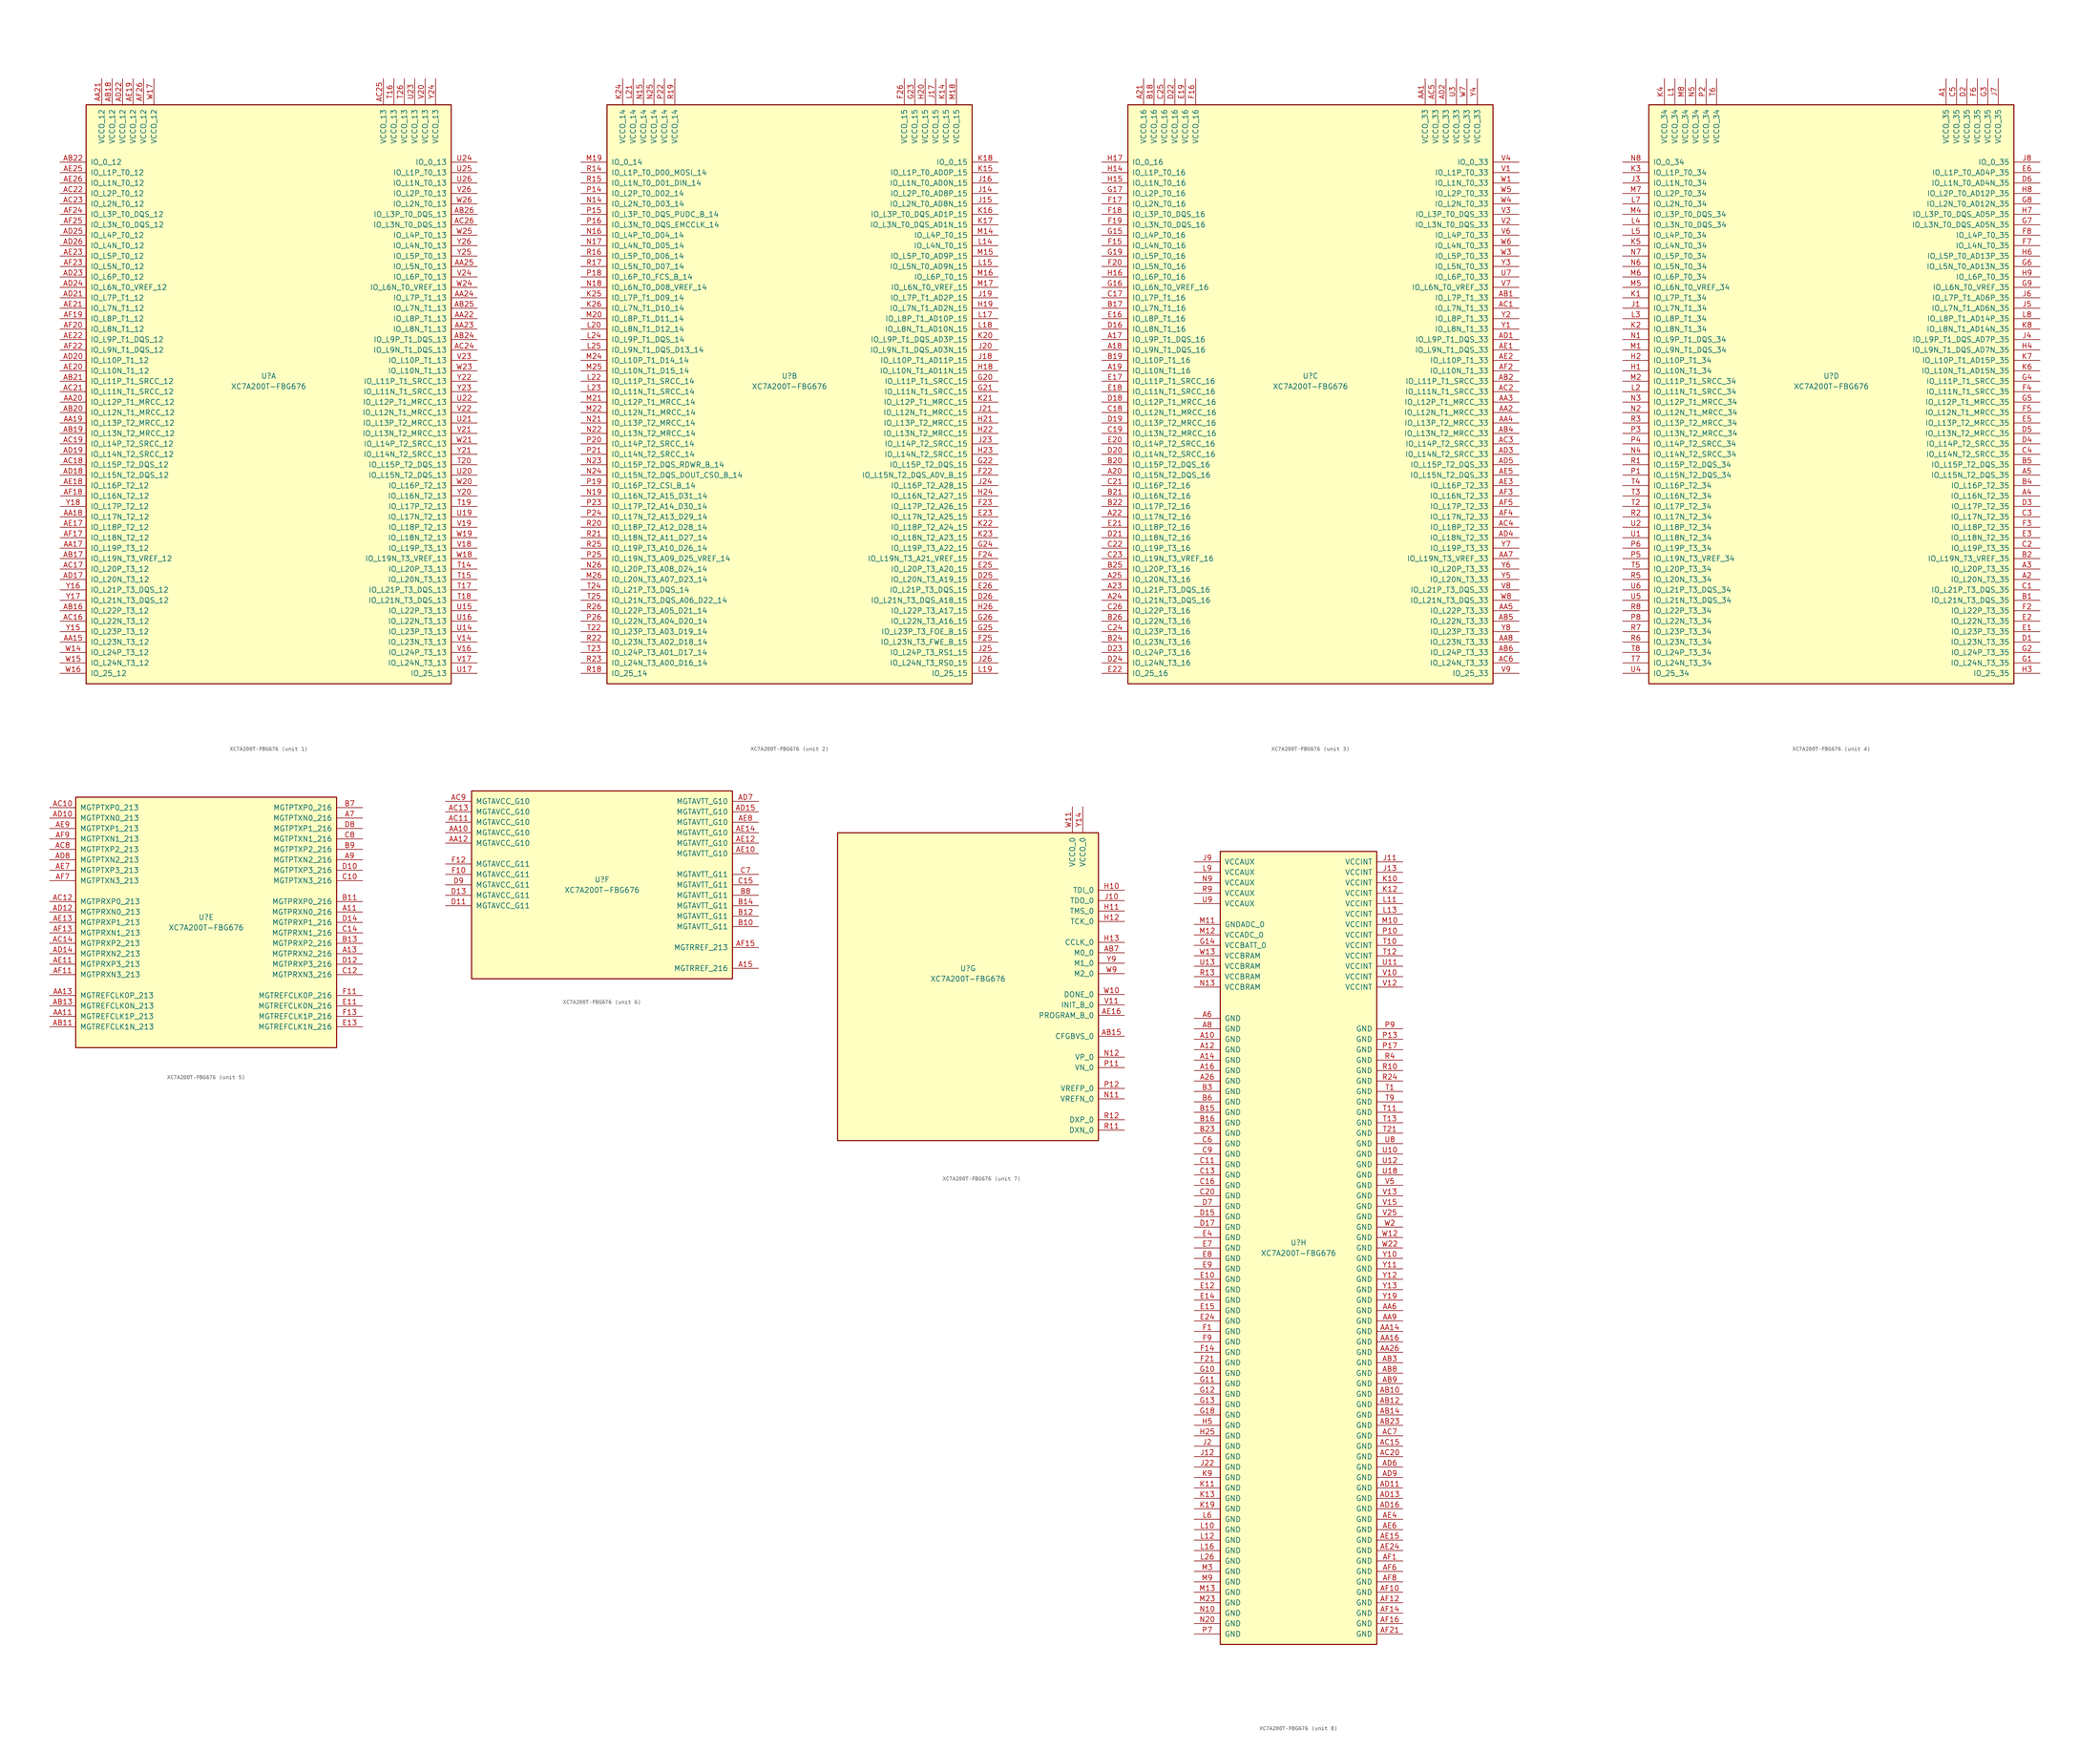
<source format=kicad_sym>
(kicad_symbol_lib
  (version 20201005)
  (generator kicad_symbol_editor)
  (symbol "FPGA_Xilinx_Artix7:XC7A200T-FBG676"
    (pin_names
      (offset 1.016))
    (property "Reference" "U"
      (at 0 1.27 0)
      (effects (font (size 1.27 1.27))))
    (property "Value" "XC7A200T-FBG676"
      (at 0 -1.27 0)
      (effects (font (size 1.27 1.27))))
    (property "Datasheet" ""
      (at 0 0 0)
      (effects (font (size 1.27 1.27))))
    (property "ki_locked" ""
      (at 0 0 0)
      (effects (font (size 1.27 1.27))))
    (symbol "XC7A200T-FBG676_1_1"
      (rectangle (start -44.45 67.31) (end 44.45 -73.66) (stroke (width 0.254)) (fill (type background)))
      (pin power_in line (at -40.64 73.66 270) (length 6.35) (name "VCCO_12" (effects (font (size 1.27 1.27)))) (number "AA21" (effects (font (size 1.27 1.27)))))
      (pin power_in line (at -38.1 73.66 270) (length 6.35) (name "VCCO_12" (effects (font (size 1.27 1.27)))) (number "AB18" (effects (font (size 1.27 1.27)))))
      (pin power_in line (at -35.56 73.66 270) (length 6.35) (name "VCCO_12" (effects (font (size 1.27 1.27)))) (number "AD22" (effects (font (size 1.27 1.27)))))
      (pin power_in line (at -33.02 73.66 270) (length 6.35) (name "VCCO_12" (effects (font (size 1.27 1.27)))) (number "AE19" (effects (font (size 1.27 1.27)))))
      (pin power_in line (at -30.48 73.66 270) (length 6.35) (name "VCCO_12" (effects (font (size 1.27 1.27)))) (number "AF26" (effects (font (size 1.27 1.27)))))
      (pin power_in line (at -27.94 73.66 270) (length 6.35) (name "VCCO_12" (effects (font (size 1.27 1.27)))) (number "W17" (effects (font (size 1.27 1.27)))))
      (pin bidirectional line (at -50.8 53.34 0) (length 6.35) (name "IO_0_12" (effects (font (size 1.27 1.27)))) (number "AB22" (effects (font (size 1.27 1.27)))))
      (pin bidirectional line (at -50.8 50.8 0) (length 6.35) (name "IO_L1P_T0_12" (effects (font (size 1.27 1.27)))) (number "AE25" (effects (font (size 1.27 1.27)))))
      (pin bidirectional line (at -50.8 48.26 0) (length 6.35) (name "IO_L1N_T0_12" (effects (font (size 1.27 1.27)))) (number "AE26" (effects (font (size 1.27 1.27)))))
      (pin bidirectional line (at -50.8 45.72 0) (length 6.35) (name "IO_L2P_T0_12" (effects (font (size 1.27 1.27)))) (number "AC22" (effects (font (size 1.27 1.27)))))
      (pin bidirectional line (at -50.8 43.18 0) (length 6.35) (name "IO_L2N_T0_12" (effects (font (size 1.27 1.27)))) (number "AC23" (effects (font (size 1.27 1.27)))))
      (pin bidirectional line (at -50.8 40.64 0) (length 6.35) (name "IO_L3P_T0_DQS_12" (effects (font (size 1.27 1.27)))) (number "AF24" (effects (font (size 1.27 1.27)))))
      (pin bidirectional line (at -50.8 38.1 0) (length 6.35) (name "IO_L3N_T0_DQS_12" (effects (font (size 1.27 1.27)))) (number "AF25" (effects (font (size 1.27 1.27)))))
      (pin bidirectional line (at -50.8 35.56 0) (length 6.35) (name "IO_L4P_T0_12" (effects (font (size 1.27 1.27)))) (number "AD25" (effects (font (size 1.27 1.27)))))
      (pin bidirectional line (at -50.8 33.02 0) (length 6.35) (name "IO_L4N_T0_12" (effects (font (size 1.27 1.27)))) (number "AD26" (effects (font (size 1.27 1.27)))))
      (pin bidirectional line (at -50.8 30.48 0) (length 6.35) (name "IO_L5P_T0_12" (effects (font (size 1.27 1.27)))) (number "AE23" (effects (font (size 1.27 1.27)))))
      (pin bidirectional line (at -50.8 27.94 0) (length 6.35) (name "IO_L5N_T0_12" (effects (font (size 1.27 1.27)))) (number "AF23" (effects (font (size 1.27 1.27)))))
      (pin bidirectional line (at -50.8 25.4 0) (length 6.35) (name "IO_L6P_T0_12" (effects (font (size 1.27 1.27)))) (number "AD23" (effects (font (size 1.27 1.27)))))
      (pin bidirectional line (at -50.8 22.86 0) (length 6.35) (name "IO_L6N_T0_VREF_12" (effects (font (size 1.27 1.27)))) (number "AD24" (effects (font (size 1.27 1.27)))))
      (pin bidirectional line (at -50.8 20.32 0) (length 6.35) (name "IO_L7P_T1_12" (effects (font (size 1.27 1.27)))) (number "AD21" (effects (font (size 1.27 1.27)))))
      (pin bidirectional line (at -50.8 17.78 0) (length 6.35) (name "IO_L7N_T1_12" (effects (font (size 1.27 1.27)))) (number "AE21" (effects (font (size 1.27 1.27)))))
      (pin bidirectional line (at -50.8 15.24 0) (length 6.35) (name "IO_L8P_T1_12" (effects (font (size 1.27 1.27)))) (number "AF19" (effects (font (size 1.27 1.27)))))
      (pin bidirectional line (at -50.8 12.7 0) (length 6.35) (name "IO_L8N_T1_12" (effects (font (size 1.27 1.27)))) (number "AF20" (effects (font (size 1.27 1.27)))))
      (pin bidirectional line (at -50.8 10.16 0) (length 6.35) (name "IO_L9P_T1_DQS_12" (effects (font (size 1.27 1.27)))) (number "AE22" (effects (font (size 1.27 1.27)))))
      (pin bidirectional line (at -50.8 7.62 0) (length 6.35) (name "IO_L9N_T1_DQS_12" (effects (font (size 1.27 1.27)))) (number "AF22" (effects (font (size 1.27 1.27)))))
      (pin bidirectional line (at -50.8 5.08 0) (length 6.35) (name "IO_L10P_T1_12" (effects (font (size 1.27 1.27)))) (number "AD20" (effects (font (size 1.27 1.27)))))
      (pin bidirectional line (at -50.8 2.54 0) (length 6.35) (name "IO_L10N_T1_12" (effects (font (size 1.27 1.27)))) (number "AE20" (effects (font (size 1.27 1.27)))))
      (pin bidirectional line (at -50.8 0 0) (length 6.35) (name "IO_L11P_T1_SRCC_12" (effects (font (size 1.27 1.27)))) (number "AB21" (effects (font (size 1.27 1.27)))))
      (pin bidirectional line (at -50.8 -2.54 0) (length 6.35) (name "IO_L11N_T1_SRCC_12" (effects (font (size 1.27 1.27)))) (number "AC21" (effects (font (size 1.27 1.27)))))
      (pin bidirectional line (at -50.8 -5.08 0) (length 6.35) (name "IO_L12P_T1_MRCC_12" (effects (font (size 1.27 1.27)))) (number "AA20" (effects (font (size 1.27 1.27)))))
      (pin bidirectional line (at -50.8 -7.62 0) (length 6.35) (name "IO_L12N_T1_MRCC_12" (effects (font (size 1.27 1.27)))) (number "AB20" (effects (font (size 1.27 1.27)))))
      (pin bidirectional line (at -50.8 -10.16 0) (length 6.35) (name "IO_L13P_T2_MRCC_12" (effects (font (size 1.27 1.27)))) (number "AA19" (effects (font (size 1.27 1.27)))))
      (pin bidirectional line (at -50.8 -12.7 0) (length 6.35) (name "IO_L13N_T2_MRCC_12" (effects (font (size 1.27 1.27)))) (number "AB19" (effects (font (size 1.27 1.27)))))
      (pin bidirectional line (at -50.8 -15.24 0) (length 6.35) (name "IO_L14P_T2_SRCC_12" (effects (font (size 1.27 1.27)))) (number "AC19" (effects (font (size 1.27 1.27)))))
      (pin bidirectional line (at -50.8 -17.78 0) (length 6.35) (name "IO_L14N_T2_SRCC_12" (effects (font (size 1.27 1.27)))) (number "AD19" (effects (font (size 1.27 1.27)))))
      (pin bidirectional line (at -50.8 -20.32 0) (length 6.35) (name "IO_L15P_T2_DQS_12" (effects (font (size 1.27 1.27)))) (number "AC18" (effects (font (size 1.27 1.27)))))
      (pin bidirectional line (at -50.8 -22.86 0) (length 6.35) (name "IO_L15N_T2_DQS_12" (effects (font (size 1.27 1.27)))) (number "AD18" (effects (font (size 1.27 1.27)))))
      (pin bidirectional line (at -50.8 -25.4 0) (length 6.35) (name "IO_L16P_T2_12" (effects (font (size 1.27 1.27)))) (number "AE18" (effects (font (size 1.27 1.27)))))
      (pin bidirectional line (at -50.8 -27.94 0) (length 6.35) (name "IO_L16N_T2_12" (effects (font (size 1.27 1.27)))) (number "AF18" (effects (font (size 1.27 1.27)))))
      (pin bidirectional line (at -50.8 -30.48 0) (length 6.35) (name "IO_L17P_T2_12" (effects (font (size 1.27 1.27)))) (number "Y18" (effects (font (size 1.27 1.27)))))
      (pin bidirectional line (at -50.8 -33.02 0) (length 6.35) (name "IO_L17N_T2_12" (effects (font (size 1.27 1.27)))) (number "AA18" (effects (font (size 1.27 1.27)))))
      (pin bidirectional line (at -50.8 -35.56 0) (length 6.35) (name "IO_L18P_T2_12" (effects (font (size 1.27 1.27)))) (number "AE17" (effects (font (size 1.27 1.27)))))
      (pin bidirectional line (at -50.8 -38.1 0) (length 6.35) (name "IO_L18N_T2_12" (effects (font (size 1.27 1.27)))) (number "AF17" (effects (font (size 1.27 1.27)))))
      (pin bidirectional line (at -50.8 -40.64 0) (length 6.35) (name "IO_L19P_T3_12" (effects (font (size 1.27 1.27)))) (number "AA17" (effects (font (size 1.27 1.27)))))
      (pin bidirectional line (at -50.8 -43.18 0) (length 6.35) (name "IO_L19N_T3_VREF_12" (effects (font (size 1.27 1.27)))) (number "AB17" (effects (font (size 1.27 1.27)))))
      (pin bidirectional line (at -50.8 -45.72 0) (length 6.35) (name "IO_L20P_T3_12" (effects (font (size 1.27 1.27)))) (number "AC17" (effects (font (size 1.27 1.27)))))
      (pin bidirectional line (at -50.8 -48.26 0) (length 6.35) (name "IO_L20N_T3_12" (effects (font (size 1.27 1.27)))) (number "AD17" (effects (font (size 1.27 1.27)))))
      (pin bidirectional line (at -50.8 -50.8 0) (length 6.35) (name "IO_L21P_T3_DQS_12" (effects (font (size 1.27 1.27)))) (number "Y16" (effects (font (size 1.27 1.27)))))
      (pin bidirectional line (at -50.8 -53.34 0) (length 6.35) (name "IO_L21N_T3_DQS_12" (effects (font (size 1.27 1.27)))) (number "Y17" (effects (font (size 1.27 1.27)))))
      (pin bidirectional line (at -50.8 -55.88 0) (length 6.35) (name "IO_L22P_T3_12" (effects (font (size 1.27 1.27)))) (number "AB16" (effects (font (size 1.27 1.27)))))
      (pin bidirectional line (at -50.8 -58.42 0) (length 6.35) (name "IO_L22N_T3_12" (effects (font (size 1.27 1.27)))) (number "AC16" (effects (font (size 1.27 1.27)))))
      (pin bidirectional line (at -50.8 -60.96 0) (length 6.35) (name "IO_L23P_T3_12" (effects (font (size 1.27 1.27)))) (number "Y15" (effects (font (size 1.27 1.27)))))
      (pin bidirectional line (at -50.8 -63.5 0) (length 6.35) (name "IO_L23N_T3_12" (effects (font (size 1.27 1.27)))) (number "AA15" (effects (font (size 1.27 1.27)))))
      (pin bidirectional line (at -50.8 -66.04 0) (length 6.35) (name "IO_L24P_T3_12" (effects (font (size 1.27 1.27)))) (number "W14" (effects (font (size 1.27 1.27)))))
      (pin bidirectional line (at -50.8 -68.58 0) (length 6.35) (name "IO_L24N_T3_12" (effects (font (size 1.27 1.27)))) (number "W15" (effects (font (size 1.27 1.27)))))
      (pin bidirectional line (at -50.8 -71.12 0) (length 6.35) (name "IO_25_12" (effects (font (size 1.27 1.27)))) (number "W16" (effects (font (size 1.27 1.27)))))
      (pin power_in line (at 27.94 73.66 270) (length 6.35) (name "VCCO_13" (effects (font (size 1.27 1.27)))) (number "AC25" (effects (font (size 1.27 1.27)))))
      (pin power_in line (at 30.48 73.66 270) (length 6.35) (name "VCCO_13" (effects (font (size 1.27 1.27)))) (number "T16" (effects (font (size 1.27 1.27)))))
      (pin power_in line (at 33.02 73.66 270) (length 6.35) (name "VCCO_13" (effects (font (size 1.27 1.27)))) (number "T26" (effects (font (size 1.27 1.27)))))
      (pin power_in line (at 35.56 73.66 270) (length 6.35) (name "VCCO_13" (effects (font (size 1.27 1.27)))) (number "U23" (effects (font (size 1.27 1.27)))))
      (pin power_in line (at 38.1 73.66 270) (length 6.35) (name "VCCO_13" (effects (font (size 1.27 1.27)))) (number "V20" (effects (font (size 1.27 1.27)))))
      (pin power_in line (at 40.64 73.66 270) (length 6.35) (name "VCCO_13" (effects (font (size 1.27 1.27)))) (number "Y24" (effects (font (size 1.27 1.27)))))
      (pin bidirectional line (at 50.8 53.34 180) (length 6.35) (name "IO_0_13" (effects (font (size 1.27 1.27)))) (number "U24" (effects (font (size 1.27 1.27)))))
      (pin bidirectional line (at 50.8 50.8 180) (length 6.35) (name "IO_L1P_T0_13" (effects (font (size 1.27 1.27)))) (number "U25" (effects (font (size 1.27 1.27)))))
      (pin bidirectional line (at 50.8 48.26 180) (length 6.35) (name "IO_L1N_T0_13" (effects (font (size 1.27 1.27)))) (number "U26" (effects (font (size 1.27 1.27)))))
      (pin bidirectional line (at 50.8 45.72 180) (length 6.35) (name "IO_L2P_T0_13" (effects (font (size 1.27 1.27)))) (number "V26" (effects (font (size 1.27 1.27)))))
      (pin bidirectional line (at 50.8 43.18 180) (length 6.35) (name "IO_L2N_T0_13" (effects (font (size 1.27 1.27)))) (number "W26" (effects (font (size 1.27 1.27)))))
      (pin bidirectional line (at 50.8 40.64 180) (length 6.35) (name "IO_L3P_T0_DQS_13" (effects (font (size 1.27 1.27)))) (number "AB26" (effects (font (size 1.27 1.27)))))
      (pin bidirectional line (at 50.8 38.1 180) (length 6.35) (name "IO_L3N_T0_DQS_13" (effects (font (size 1.27 1.27)))) (number "AC26" (effects (font (size 1.27 1.27)))))
      (pin bidirectional line (at 50.8 35.56 180) (length 6.35) (name "IO_L4P_T0_13" (effects (font (size 1.27 1.27)))) (number "W25" (effects (font (size 1.27 1.27)))))
      (pin bidirectional line (at 50.8 33.02 180) (length 6.35) (name "IO_L4N_T0_13" (effects (font (size 1.27 1.27)))) (number "Y26" (effects (font (size 1.27 1.27)))))
      (pin bidirectional line (at 50.8 30.48 180) (length 6.35) (name "IO_L5P_T0_13" (effects (font (size 1.27 1.27)))) (number "Y25" (effects (font (size 1.27 1.27)))))
      (pin bidirectional line (at 50.8 27.94 180) (length 6.35) (name "IO_L5N_T0_13" (effects (font (size 1.27 1.27)))) (number "AA25" (effects (font (size 1.27 1.27)))))
      (pin bidirectional line (at 50.8 25.4 180) (length 6.35) (name "IO_L6P_T0_13" (effects (font (size 1.27 1.27)))) (number "V24" (effects (font (size 1.27 1.27)))))
      (pin bidirectional line (at 50.8 22.86 180) (length 6.35) (name "IO_L6N_T0_VREF_13" (effects (font (size 1.27 1.27)))) (number "W24" (effects (font (size 1.27 1.27)))))
      (pin bidirectional line (at 50.8 20.32 180) (length 6.35) (name "IO_L7P_T1_13" (effects (font (size 1.27 1.27)))) (number "AA24" (effects (font (size 1.27 1.27)))))
      (pin bidirectional line (at 50.8 17.78 180) (length 6.35) (name "IO_L7N_T1_13" (effects (font (size 1.27 1.27)))) (number "AB25" (effects (font (size 1.27 1.27)))))
      (pin bidirectional line (at 50.8 15.24 180) (length 6.35) (name "IO_L8P_T1_13" (effects (font (size 1.27 1.27)))) (number "AA22" (effects (font (size 1.27 1.27)))))
      (pin bidirectional line (at 50.8 12.7 180) (length 6.35) (name "IO_L8N_T1_13" (effects (font (size 1.27 1.27)))) (number "AA23" (effects (font (size 1.27 1.27)))))
      (pin bidirectional line (at 50.8 10.16 180) (length 6.35) (name "IO_L9P_T1_DQS_13" (effects (font (size 1.27 1.27)))) (number "AB24" (effects (font (size 1.27 1.27)))))
      (pin bidirectional line (at 50.8 7.62 180) (length 6.35) (name "IO_L9N_T1_DQS_13" (effects (font (size 1.27 1.27)))) (number "AC24" (effects (font (size 1.27 1.27)))))
      (pin bidirectional line (at 50.8 5.08 180) (length 6.35) (name "IO_L10P_T1_13" (effects (font (size 1.27 1.27)))) (number "V23" (effects (font (size 1.27 1.27)))))
      (pin bidirectional line (at 50.8 2.54 180) (length 6.35) (name "IO_L10N_T1_13" (effects (font (size 1.27 1.27)))) (number "W23" (effects (font (size 1.27 1.27)))))
      (pin bidirectional line (at 50.8 0 180) (length 6.35) (name "IO_L11P_T1_SRCC_13" (effects (font (size 1.27 1.27)))) (number "Y22" (effects (font (size 1.27 1.27)))))
      (pin bidirectional line (at 50.8 -2.54 180) (length 6.35) (name "IO_L11N_T1_SRCC_13" (effects (font (size 1.27 1.27)))) (number "Y23" (effects (font (size 1.27 1.27)))))
      (pin bidirectional line (at 50.8 -5.08 180) (length 6.35) (name "IO_L12P_T1_MRCC_13" (effects (font (size 1.27 1.27)))) (number "U22" (effects (font (size 1.27 1.27)))))
      (pin bidirectional line (at 50.8 -7.62 180) (length 6.35) (name "IO_L12N_T1_MRCC_13" (effects (font (size 1.27 1.27)))) (number "V22" (effects (font (size 1.27 1.27)))))
      (pin bidirectional line (at 50.8 -10.16 180) (length 6.35) (name "IO_L13P_T2_MRCC_13" (effects (font (size 1.27 1.27)))) (number "U21" (effects (font (size 1.27 1.27)))))
      (pin bidirectional line (at 50.8 -12.7 180) (length 6.35) (name "IO_L13N_T2_MRCC_13" (effects (font (size 1.27 1.27)))) (number "V21" (effects (font (size 1.27 1.27)))))
      (pin bidirectional line (at 50.8 -15.24 180) (length 6.35) (name "IO_L14P_T2_SRCC_13" (effects (font (size 1.27 1.27)))) (number "W21" (effects (font (size 1.27 1.27)))))
      (pin bidirectional line (at 50.8 -17.78 180) (length 6.35) (name "IO_L14N_T2_SRCC_13" (effects (font (size 1.27 1.27)))) (number "Y21" (effects (font (size 1.27 1.27)))))
      (pin bidirectional line (at 50.8 -20.32 180) (length 6.35) (name "IO_L15P_T2_DQS_13" (effects (font (size 1.27 1.27)))) (number "T20" (effects (font (size 1.27 1.27)))))
      (pin bidirectional line (at 50.8 -22.86 180) (length 6.35) (name "IO_L15N_T2_DQS_13" (effects (font (size 1.27 1.27)))) (number "U20" (effects (font (size 1.27 1.27)))))
      (pin bidirectional line (at 50.8 -25.4 180) (length 6.35) (name "IO_L16P_T2_13" (effects (font (size 1.27 1.27)))) (number "W20" (effects (font (size 1.27 1.27)))))
      (pin bidirectional line (at 50.8 -27.94 180) (length 6.35) (name "IO_L16N_T2_13" (effects (font (size 1.27 1.27)))) (number "Y20" (effects (font (size 1.27 1.27)))))
      (pin bidirectional line (at 50.8 -30.48 180) (length 6.35) (name "IO_L17P_T2_13" (effects (font (size 1.27 1.27)))) (number "T19" (effects (font (size 1.27 1.27)))))
      (pin bidirectional line (at 50.8 -33.02 180) (length 6.35) (name "IO_L17N_T2_13" (effects (font (size 1.27 1.27)))) (number "U19" (effects (font (size 1.27 1.27)))))
      (pin bidirectional line (at 50.8 -35.56 180) (length 6.35) (name "IO_L18P_T2_13" (effects (font (size 1.27 1.27)))) (number "V19" (effects (font (size 1.27 1.27)))))
      (pin bidirectional line (at 50.8 -38.1 180) (length 6.35) (name "IO_L18N_T2_13" (effects (font (size 1.27 1.27)))) (number "W19" (effects (font (size 1.27 1.27)))))
      (pin bidirectional line (at 50.8 -40.64 180) (length 6.35) (name "IO_L19P_T3_13" (effects (font (size 1.27 1.27)))) (number "V18" (effects (font (size 1.27 1.27)))))
      (pin bidirectional line (at 50.8 -43.18 180) (length 6.35) (name "IO_L19N_T3_VREF_13" (effects (font (size 1.27 1.27)))) (number "W18" (effects (font (size 1.27 1.27)))))
      (pin bidirectional line (at 50.8 -45.72 180) (length 6.35) (name "IO_L20P_T3_13" (effects (font (size 1.27 1.27)))) (number "T14" (effects (font (size 1.27 1.27)))))
      (pin bidirectional line (at 50.8 -48.26 180) (length 6.35) (name "IO_L20N_T3_13" (effects (font (size 1.27 1.27)))) (number "T15" (effects (font (size 1.27 1.27)))))
      (pin bidirectional line (at 50.8 -50.8 180) (length 6.35) (name "IO_L21P_T3_DQS_13" (effects (font (size 1.27 1.27)))) (number "T17" (effects (font (size 1.27 1.27)))))
      (pin bidirectional line (at 50.8 -53.34 180) (length 6.35) (name "IO_L21N_T3_DQS_13" (effects (font (size 1.27 1.27)))) (number "T18" (effects (font (size 1.27 1.27)))))
      (pin bidirectional line (at 50.8 -55.88 180) (length 6.35) (name "IO_L22P_T3_13" (effects (font (size 1.27 1.27)))) (number "U15" (effects (font (size 1.27 1.27)))))
      (pin bidirectional line (at 50.8 -58.42 180) (length 6.35) (name "IO_L22N_T3_13" (effects (font (size 1.27 1.27)))) (number "U16" (effects (font (size 1.27 1.27)))))
      (pin bidirectional line (at 50.8 -60.96 180) (length 6.35) (name "IO_L23P_T3_13" (effects (font (size 1.27 1.27)))) (number "U14" (effects (font (size 1.27 1.27)))))
      (pin bidirectional line (at 50.8 -63.5 180) (length 6.35) (name "IO_L23N_T3_13" (effects (font (size 1.27 1.27)))) (number "V14" (effects (font (size 1.27 1.27)))))
      (pin bidirectional line (at 50.8 -66.04 180) (length 6.35) (name "IO_L24P_T3_13" (effects (font (size 1.27 1.27)))) (number "V16" (effects (font (size 1.27 1.27)))))
      (pin bidirectional line (at 50.8 -68.58 180) (length 6.35) (name "IO_L24N_T3_13" (effects (font (size 1.27 1.27)))) (number "V17" (effects (font (size 1.27 1.27)))))
      (pin bidirectional line (at 50.8 -71.12 180) (length 6.35) (name "IO_25_13" (effects (font (size 1.27 1.27)))) (number "U17" (effects (font (size 1.27 1.27))))))
    (symbol "XC7A200T-FBG676_2_1"
      (rectangle (start -44.45 67.31) (end 44.45 -73.66) (stroke (width 0.254)) (fill (type background)))
      (pin power_in line (at -40.64 73.66 270) (length 6.35) (name "VCCO_14" (effects (font (size 1.27 1.27)))) (number "K24" (effects (font (size 1.27 1.27)))))
      (pin power_in line (at -38.1 73.66 270) (length 6.35) (name "VCCO_14" (effects (font (size 1.27 1.27)))) (number "L21" (effects (font (size 1.27 1.27)))))
      (pin power_in line (at -35.56 73.66 270) (length 6.35) (name "VCCO_14" (effects (font (size 1.27 1.27)))) (number "N15" (effects (font (size 1.27 1.27)))))
      (pin power_in line (at -33.02 73.66 270) (length 6.35) (name "VCCO_14" (effects (font (size 1.27 1.27)))) (number "N25" (effects (font (size 1.27 1.27)))))
      (pin power_in line (at -30.48 73.66 270) (length 6.35) (name "VCCO_14" (effects (font (size 1.27 1.27)))) (number "P22" (effects (font (size 1.27 1.27)))))
      (pin power_in line (at -27.94 73.66 270) (length 6.35) (name "VCCO_14" (effects (font (size 1.27 1.27)))) (number "R19" (effects (font (size 1.27 1.27)))))
      (pin bidirectional line (at -50.8 53.34 0) (length 6.35) (name "IO_0_14" (effects (font (size 1.27 1.27)))) (number "M19" (effects (font (size 1.27 1.27)))))
      (pin bidirectional line (at -50.8 50.8 0) (length 6.35) (name "IO_L1P_T0_D00_MOSI_14" (effects (font (size 1.27 1.27)))) (number "R14" (effects (font (size 1.27 1.27)))))
      (pin bidirectional line (at -50.8 48.26 0) (length 6.35) (name "IO_L1N_T0_D01_DIN_14" (effects (font (size 1.27 1.27)))) (number "R15" (effects (font (size 1.27 1.27)))))
      (pin bidirectional line (at -50.8 45.72 0) (length 6.35) (name "IO_L2P_T0_D02_14" (effects (font (size 1.27 1.27)))) (number "P14" (effects (font (size 1.27 1.27)))))
      (pin bidirectional line (at -50.8 43.18 0) (length 6.35) (name "IO_L2N_T0_D03_14" (effects (font (size 1.27 1.27)))) (number "N14" (effects (font (size 1.27 1.27)))))
      (pin bidirectional line (at -50.8 40.64 0) (length 6.35) (name "IO_L3P_T0_DQS_PUDC_B_14" (effects (font (size 1.27 1.27)))) (number "P15" (effects (font (size 1.27 1.27)))))
      (pin bidirectional line (at -50.8 38.1 0) (length 6.35) (name "IO_L3N_T0_DQS_EMCCLK_14" (effects (font (size 1.27 1.27)))) (number "P16" (effects (font (size 1.27 1.27)))))
      (pin bidirectional line (at -50.8 35.56 0) (length 6.35) (name "IO_L4P_T0_D04_14" (effects (font (size 1.27 1.27)))) (number "N16" (effects (font (size 1.27 1.27)))))
      (pin bidirectional line (at -50.8 33.02 0) (length 6.35) (name "IO_L4N_T0_D05_14" (effects (font (size 1.27 1.27)))) (number "N17" (effects (font (size 1.27 1.27)))))
      (pin bidirectional line (at -50.8 30.48 0) (length 6.35) (name "IO_L5P_T0_D06_14" (effects (font (size 1.27 1.27)))) (number "R16" (effects (font (size 1.27 1.27)))))
      (pin bidirectional line (at -50.8 27.94 0) (length 6.35) (name "IO_L5N_T0_D07_14" (effects (font (size 1.27 1.27)))) (number "R17" (effects (font (size 1.27 1.27)))))
      (pin bidirectional line (at -50.8 25.4 0) (length 6.35) (name "IO_L6P_T0_FCS_B_14" (effects (font (size 1.27 1.27)))) (number "P18" (effects (font (size 1.27 1.27)))))
      (pin bidirectional line (at -50.8 22.86 0) (length 6.35) (name "IO_L6N_T0_D08_VREF_14" (effects (font (size 1.27 1.27)))) (number "N18" (effects (font (size 1.27 1.27)))))
      (pin bidirectional line (at -50.8 20.32 0) (length 6.35) (name "IO_L7P_T1_D09_14" (effects (font (size 1.27 1.27)))) (number "K25" (effects (font (size 1.27 1.27)))))
      (pin bidirectional line (at -50.8 17.78 0) (length 6.35) (name "IO_L7N_T1_D10_14" (effects (font (size 1.27 1.27)))) (number "K26" (effects (font (size 1.27 1.27)))))
      (pin bidirectional line (at -50.8 15.24 0) (length 6.35) (name "IO_L8P_T1_D11_14" (effects (font (size 1.27 1.27)))) (number "M20" (effects (font (size 1.27 1.27)))))
      (pin bidirectional line (at -50.8 12.7 0) (length 6.35) (name "IO_L8N_T1_D12_14" (effects (font (size 1.27 1.27)))) (number "L20" (effects (font (size 1.27 1.27)))))
      (pin bidirectional line (at -50.8 10.16 0) (length 6.35) (name "IO_L9P_T1_DQS_14" (effects (font (size 1.27 1.27)))) (number "L24" (effects (font (size 1.27 1.27)))))
      (pin bidirectional line (at -50.8 7.62 0) (length 6.35) (name "IO_L9N_T1_DQS_D13_14" (effects (font (size 1.27 1.27)))) (number "L25" (effects (font (size 1.27 1.27)))))
      (pin bidirectional line (at -50.8 5.08 0) (length 6.35) (name "IO_L10P_T1_D14_14" (effects (font (size 1.27 1.27)))) (number "M24" (effects (font (size 1.27 1.27)))))
      (pin bidirectional line (at -50.8 2.54 0) (length 6.35) (name "IO_L10N_T1_D15_14" (effects (font (size 1.27 1.27)))) (number "M25" (effects (font (size 1.27 1.27)))))
      (pin bidirectional line (at -50.8 0 0) (length 6.35) (name "IO_L11P_T1_SRCC_14" (effects (font (size 1.27 1.27)))) (number "L22" (effects (font (size 1.27 1.27)))))
      (pin bidirectional line (at -50.8 -2.54 0) (length 6.35) (name "IO_L11N_T1_SRCC_14" (effects (font (size 1.27 1.27)))) (number "L23" (effects (font (size 1.27 1.27)))))
      (pin bidirectional line (at -50.8 -5.08 0) (length 6.35) (name "IO_L12P_T1_MRCC_14" (effects (font (size 1.27 1.27)))) (number "M21" (effects (font (size 1.27 1.27)))))
      (pin bidirectional line (at -50.8 -7.62 0) (length 6.35) (name "IO_L12N_T1_MRCC_14" (effects (font (size 1.27 1.27)))) (number "M22" (effects (font (size 1.27 1.27)))))
      (pin bidirectional line (at -50.8 -10.16 0) (length 6.35) (name "IO_L13P_T2_MRCC_14" (effects (font (size 1.27 1.27)))) (number "N21" (effects (font (size 1.27 1.27)))))
      (pin bidirectional line (at -50.8 -12.7 0) (length 6.35) (name "IO_L13N_T2_MRCC_14" (effects (font (size 1.27 1.27)))) (number "N22" (effects (font (size 1.27 1.27)))))
      (pin bidirectional line (at -50.8 -15.24 0) (length 6.35) (name "IO_L14P_T2_SRCC_14" (effects (font (size 1.27 1.27)))) (number "P20" (effects (font (size 1.27 1.27)))))
      (pin bidirectional line (at -50.8 -17.78 0) (length 6.35) (name "IO_L14N_T2_SRCC_14" (effects (font (size 1.27 1.27)))) (number "P21" (effects (font (size 1.27 1.27)))))
      (pin bidirectional line (at -50.8 -20.32 0) (length 6.35) (name "IO_L15P_T2_DQS_RDWR_B_14" (effects (font (size 1.27 1.27)))) (number "N23" (effects (font (size 1.27 1.27)))))
      (pin bidirectional line (at -50.8 -22.86 0) (length 6.35) (name "IO_L15N_T2_DQS_DOUT_CSO_B_14" (effects (font (size 1.27 1.27)))) (number "N24" (effects (font (size 1.27 1.27)))))
      (pin bidirectional line (at -50.8 -25.4 0) (length 6.35) (name "IO_L16P_T2_CSI_B_14" (effects (font (size 1.27 1.27)))) (number "P19" (effects (font (size 1.27 1.27)))))
      (pin bidirectional line (at -50.8 -27.94 0) (length 6.35) (name "IO_L16N_T2_A15_D31_14" (effects (font (size 1.27 1.27)))) (number "N19" (effects (font (size 1.27 1.27)))))
      (pin bidirectional line (at -50.8 -30.48 0) (length 6.35) (name "IO_L17P_T2_A14_D30_14" (effects (font (size 1.27 1.27)))) (number "P23" (effects (font (size 1.27 1.27)))))
      (pin bidirectional line (at -50.8 -33.02 0) (length 6.35) (name "IO_L17N_T2_A13_D29_14" (effects (font (size 1.27 1.27)))) (number "P24" (effects (font (size 1.27 1.27)))))
      (pin bidirectional line (at -50.8 -35.56 0) (length 6.35) (name "IO_L18P_T2_A12_D28_14" (effects (font (size 1.27 1.27)))) (number "R20" (effects (font (size 1.27 1.27)))))
      (pin bidirectional line (at -50.8 -38.1 0) (length 6.35) (name "IO_L18N_T2_A11_D27_14" (effects (font (size 1.27 1.27)))) (number "R21" (effects (font (size 1.27 1.27)))))
      (pin bidirectional line (at -50.8 -40.64 0) (length 6.35) (name "IO_L19P_T3_A10_D26_14" (effects (font (size 1.27 1.27)))) (number "R25" (effects (font (size 1.27 1.27)))))
      (pin bidirectional line (at -50.8 -43.18 0) (length 6.35) (name "IO_L19N_T3_A09_D25_VREF_14" (effects (font (size 1.27 1.27)))) (number "P25" (effects (font (size 1.27 1.27)))))
      (pin bidirectional line (at -50.8 -45.72 0) (length 6.35) (name "IO_L20P_T3_A08_D24_14" (effects (font (size 1.27 1.27)))) (number "N26" (effects (font (size 1.27 1.27)))))
      (pin bidirectional line (at -50.8 -48.26 0) (length 6.35) (name "IO_L20N_T3_A07_D23_14" (effects (font (size 1.27 1.27)))) (number "M26" (effects (font (size 1.27 1.27)))))
      (pin bidirectional line (at -50.8 -50.8 0) (length 6.35) (name "IO_L21P_T3_DQS_14" (effects (font (size 1.27 1.27)))) (number "T24" (effects (font (size 1.27 1.27)))))
      (pin bidirectional line (at -50.8 -53.34 0) (length 6.35) (name "IO_L21N_T3_DQS_A06_D22_14" (effects (font (size 1.27 1.27)))) (number "T25" (effects (font (size 1.27 1.27)))))
      (pin bidirectional line (at -50.8 -55.88 0) (length 6.35) (name "IO_L22P_T3_A05_D21_14" (effects (font (size 1.27 1.27)))) (number "R26" (effects (font (size 1.27 1.27)))))
      (pin bidirectional line (at -50.8 -58.42 0) (length 6.35) (name "IO_L22N_T3_A04_D20_14" (effects (font (size 1.27 1.27)))) (number "P26" (effects (font (size 1.27 1.27)))))
      (pin bidirectional line (at -50.8 -60.96 0) (length 6.35) (name "IO_L23P_T3_A03_D19_14" (effects (font (size 1.27 1.27)))) (number "T22" (effects (font (size 1.27 1.27)))))
      (pin bidirectional line (at -50.8 -63.5 0) (length 6.35) (name "IO_L23N_T3_A02_D18_14" (effects (font (size 1.27 1.27)))) (number "R22" (effects (font (size 1.27 1.27)))))
      (pin bidirectional line (at -50.8 -66.04 0) (length 6.35) (name "IO_L24P_T3_A01_D17_14" (effects (font (size 1.27 1.27)))) (number "T23" (effects (font (size 1.27 1.27)))))
      (pin bidirectional line (at -50.8 -68.58 0) (length 6.35) (name "IO_L24N_T3_A00_D16_14" (effects (font (size 1.27 1.27)))) (number "R23" (effects (font (size 1.27 1.27)))))
      (pin bidirectional line (at -50.8 -71.12 0) (length 6.35) (name "IO_25_14" (effects (font (size 1.27 1.27)))) (number "R18" (effects (font (size 1.27 1.27)))))
      (pin power_in line (at 27.94 73.66 270) (length 6.35) (name "VCCO_15" (effects (font (size 1.27 1.27)))) (number "F26" (effects (font (size 1.27 1.27)))))
      (pin power_in line (at 30.48 73.66 270) (length 6.35) (name "VCCO_15" (effects (font (size 1.27 1.27)))) (number "G23" (effects (font (size 1.27 1.27)))))
      (pin power_in line (at 33.02 73.66 270) (length 6.35) (name "VCCO_15" (effects (font (size 1.27 1.27)))) (number "H20" (effects (font (size 1.27 1.27)))))
      (pin power_in line (at 35.56 73.66 270) (length 6.35) (name "VCCO_15" (effects (font (size 1.27 1.27)))) (number "J17" (effects (font (size 1.27 1.27)))))
      (pin power_in line (at 38.1 73.66 270) (length 6.35) (name "VCCO_15" (effects (font (size 1.27 1.27)))) (number "K14" (effects (font (size 1.27 1.27)))))
      (pin power_in line (at 40.64 73.66 270) (length 6.35) (name "VCCO_15" (effects (font (size 1.27 1.27)))) (number "M18" (effects (font (size 1.27 1.27)))))
      (pin bidirectional line (at 50.8 53.34 180) (length 6.35) (name "IO_0_15" (effects (font (size 1.27 1.27)))) (number "K18" (effects (font (size 1.27 1.27)))))
      (pin bidirectional line (at 50.8 50.8 180) (length 6.35) (name "IO_L1P_T0_AD0P_15" (effects (font (size 1.27 1.27)))) (number "K15" (effects (font (size 1.27 1.27)))))
      (pin bidirectional line (at 50.8 48.26 180) (length 6.35) (name "IO_L1N_T0_AD0N_15" (effects (font (size 1.27 1.27)))) (number "J16" (effects (font (size 1.27 1.27)))))
      (pin bidirectional line (at 50.8 45.72 180) (length 6.35) (name "IO_L2P_T0_AD8P_15" (effects (font (size 1.27 1.27)))) (number "J14" (effects (font (size 1.27 1.27)))))
      (pin bidirectional line (at 50.8 43.18 180) (length 6.35) (name "IO_L2N_T0_AD8N_15" (effects (font (size 1.27 1.27)))) (number "J15" (effects (font (size 1.27 1.27)))))
      (pin bidirectional line (at 50.8 40.64 180) (length 6.35) (name "IO_L3P_T0_DQS_AD1P_15" (effects (font (size 1.27 1.27)))) (number "K16" (effects (font (size 1.27 1.27)))))
      (pin bidirectional line (at 50.8 38.1 180) (length 6.35) (name "IO_L3N_T0_DQS_AD1N_15" (effects (font (size 1.27 1.27)))) (number "K17" (effects (font (size 1.27 1.27)))))
      (pin bidirectional line (at 50.8 35.56 180) (length 6.35) (name "IO_L4P_T0_15" (effects (font (size 1.27 1.27)))) (number "M14" (effects (font (size 1.27 1.27)))))
      (pin bidirectional line (at 50.8 33.02 180) (length 6.35) (name "IO_L4N_T0_15" (effects (font (size 1.27 1.27)))) (number "L14" (effects (font (size 1.27 1.27)))))
      (pin bidirectional line (at 50.8 30.48 180) (length 6.35) (name "IO_L5P_T0_AD9P_15" (effects (font (size 1.27 1.27)))) (number "M15" (effects (font (size 1.27 1.27)))))
      (pin bidirectional line (at 50.8 27.94 180) (length 6.35) (name "IO_L5N_T0_AD9N_15" (effects (font (size 1.27 1.27)))) (number "L15" (effects (font (size 1.27 1.27)))))
      (pin bidirectional line (at 50.8 25.4 180) (length 6.35) (name "IO_L6P_T0_15" (effects (font (size 1.27 1.27)))) (number "M16" (effects (font (size 1.27 1.27)))))
      (pin bidirectional line (at 50.8 22.86 180) (length 6.35) (name "IO_L6N_T0_VREF_15" (effects (font (size 1.27 1.27)))) (number "M17" (effects (font (size 1.27 1.27)))))
      (pin bidirectional line (at 50.8 20.32 180) (length 6.35) (name "IO_L7P_T1_AD2P_15" (effects (font (size 1.27 1.27)))) (number "J19" (effects (font (size 1.27 1.27)))))
      (pin bidirectional line (at 50.8 17.78 180) (length 6.35) (name "IO_L7N_T1_AD2N_15" (effects (font (size 1.27 1.27)))) (number "H19" (effects (font (size 1.27 1.27)))))
      (pin bidirectional line (at 50.8 15.24 180) (length 6.35) (name "IO_L8P_T1_AD10P_15" (effects (font (size 1.27 1.27)))) (number "L17" (effects (font (size 1.27 1.27)))))
      (pin bidirectional line (at 50.8 12.7 180) (length 6.35) (name "IO_L8N_T1_AD10N_15" (effects (font (size 1.27 1.27)))) (number "L18" (effects (font (size 1.27 1.27)))))
      (pin bidirectional line (at 50.8 10.16 180) (length 6.35) (name "IO_L9P_T1_DQS_AD3P_15" (effects (font (size 1.27 1.27)))) (number "K20" (effects (font (size 1.27 1.27)))))
      (pin bidirectional line (at 50.8 7.62 180) (length 6.35) (name "IO_L9N_T1_DQS_AD3N_15" (effects (font (size 1.27 1.27)))) (number "J20" (effects (font (size 1.27 1.27)))))
      (pin bidirectional line (at 50.8 5.08 180) (length 6.35) (name "IO_L10P_T1_AD11P_15" (effects (font (size 1.27 1.27)))) (number "J18" (effects (font (size 1.27 1.27)))))
      (pin bidirectional line (at 50.8 2.54 180) (length 6.35) (name "IO_L10N_T1_AD11N_15" (effects (font (size 1.27 1.27)))) (number "H18" (effects (font (size 1.27 1.27)))))
      (pin bidirectional line (at 50.8 0 180) (length 6.35) (name "IO_L11P_T1_SRCC_15" (effects (font (size 1.27 1.27)))) (number "G20" (effects (font (size 1.27 1.27)))))
      (pin bidirectional line (at 50.8 -2.54 180) (length 6.35) (name "IO_L11N_T1_SRCC_15" (effects (font (size 1.27 1.27)))) (number "G21" (effects (font (size 1.27 1.27)))))
      (pin bidirectional line (at 50.8 -5.08 180) (length 6.35) (name "IO_L12P_T1_MRCC_15" (effects (font (size 1.27 1.27)))) (number "K21" (effects (font (size 1.27 1.27)))))
      (pin bidirectional line (at 50.8 -7.62 180) (length 6.35) (name "IO_L12N_T1_MRCC_15" (effects (font (size 1.27 1.27)))) (number "J21" (effects (font (size 1.27 1.27)))))
      (pin bidirectional line (at 50.8 -10.16 180) (length 6.35) (name "IO_L13P_T2_MRCC_15" (effects (font (size 1.27 1.27)))) (number "H21" (effects (font (size 1.27 1.27)))))
      (pin bidirectional line (at 50.8 -12.7 180) (length 6.35) (name "IO_L13N_T2_MRCC_15" (effects (font (size 1.27 1.27)))) (number "H22" (effects (font (size 1.27 1.27)))))
      (pin bidirectional line (at 50.8 -15.24 180) (length 6.35) (name "IO_L14P_T2_SRCC_15" (effects (font (size 1.27 1.27)))) (number "J23" (effects (font (size 1.27 1.27)))))
      (pin bidirectional line (at 50.8 -17.78 180) (length 6.35) (name "IO_L14N_T2_SRCC_15" (effects (font (size 1.27 1.27)))) (number "H23" (effects (font (size 1.27 1.27)))))
      (pin bidirectional line (at 50.8 -20.32 180) (length 6.35) (name "IO_L15P_T2_DQS_15" (effects (font (size 1.27 1.27)))) (number "G22" (effects (font (size 1.27 1.27)))))
      (pin bidirectional line (at 50.8 -22.86 180) (length 6.35) (name "IO_L15N_T2_DQS_ADV_B_15" (effects (font (size 1.27 1.27)))) (number "F22" (effects (font (size 1.27 1.27)))))
      (pin bidirectional line (at 50.8 -25.4 180) (length 6.35) (name "IO_L16P_T2_A28_15" (effects (font (size 1.27 1.27)))) (number "J24" (effects (font (size 1.27 1.27)))))
      (pin bidirectional line (at 50.8 -27.94 180) (length 6.35) (name "IO_L16N_T2_A27_15" (effects (font (size 1.27 1.27)))) (number "H24" (effects (font (size 1.27 1.27)))))
      (pin bidirectional line (at 50.8 -30.48 180) (length 6.35) (name "IO_L17P_T2_A26_15" (effects (font (size 1.27 1.27)))) (number "F23" (effects (font (size 1.27 1.27)))))
      (pin bidirectional line (at 50.8 -33.02 180) (length 6.35) (name "IO_L17N_T2_A25_15" (effects (font (size 1.27 1.27)))) (number "E23" (effects (font (size 1.27 1.27)))))
      (pin bidirectional line (at 50.8 -35.56 180) (length 6.35) (name "IO_L18P_T2_A24_15" (effects (font (size 1.27 1.27)))) (number "K22" (effects (font (size 1.27 1.27)))))
      (pin bidirectional line (at 50.8 -38.1 180) (length 6.35) (name "IO_L18N_T2_A23_15" (effects (font (size 1.27 1.27)))) (number "K23" (effects (font (size 1.27 1.27)))))
      (pin bidirectional line (at 50.8 -40.64 180) (length 6.35) (name "IO_L19P_T3_A22_15" (effects (font (size 1.27 1.27)))) (number "G24" (effects (font (size 1.27 1.27)))))
      (pin bidirectional line (at 50.8 -43.18 180) (length 6.35) (name "IO_L19N_T3_A21_VREF_15" (effects (font (size 1.27 1.27)))) (number "F24" (effects (font (size 1.27 1.27)))))
      (pin bidirectional line (at 50.8 -45.72 180) (length 6.35) (name "IO_L20P_T3_A20_15" (effects (font (size 1.27 1.27)))) (number "E25" (effects (font (size 1.27 1.27)))))
      (pin bidirectional line (at 50.8 -48.26 180) (length 6.35) (name "IO_L20N_T3_A19_15" (effects (font (size 1.27 1.27)))) (number "D25" (effects (font (size 1.27 1.27)))))
      (pin bidirectional line (at 50.8 -50.8 180) (length 6.35) (name "IO_L21P_T3_DQS_15" (effects (font (size 1.27 1.27)))) (number "E26" (effects (font (size 1.27 1.27)))))
      (pin bidirectional line (at 50.8 -53.34 180) (length 6.35) (name "IO_L21N_T3_DQS_A18_15" (effects (font (size 1.27 1.27)))) (number "D26" (effects (font (size 1.27 1.27)))))
      (pin bidirectional line (at 50.8 -55.88 180) (length 6.35) (name "IO_L22P_T3_A17_15" (effects (font (size 1.27 1.27)))) (number "H26" (effects (font (size 1.27 1.27)))))
      (pin bidirectional line (at 50.8 -58.42 180) (length 6.35) (name "IO_L22N_T3_A16_15" (effects (font (size 1.27 1.27)))) (number "G26" (effects (font (size 1.27 1.27)))))
      (pin bidirectional line (at 50.8 -60.96 180) (length 6.35) (name "IO_L23P_T3_FOE_B_15" (effects (font (size 1.27 1.27)))) (number "G25" (effects (font (size 1.27 1.27)))))
      (pin bidirectional line (at 50.8 -63.5 180) (length 6.35) (name "IO_L23N_T3_FWE_B_15" (effects (font (size 1.27 1.27)))) (number "F25" (effects (font (size 1.27 1.27)))))
      (pin bidirectional line (at 50.8 -66.04 180) (length 6.35) (name "IO_L24P_T3_RS1_15" (effects (font (size 1.27 1.27)))) (number "J25" (effects (font (size 1.27 1.27)))))
      (pin bidirectional line (at 50.8 -68.58 180) (length 6.35) (name "IO_L24N_T3_RS0_15" (effects (font (size 1.27 1.27)))) (number "J26" (effects (font (size 1.27 1.27)))))
      (pin bidirectional line (at 50.8 -71.12 180) (length 6.35) (name "IO_25_15" (effects (font (size 1.27 1.27)))) (number "L19" (effects (font (size 1.27 1.27))))))
    (symbol "XC7A200T-FBG676_3_1"
      (rectangle (start -44.45 67.31) (end 44.45 -73.66) (stroke (width 0.254)) (fill (type background)))
      (pin power_in line (at -40.64 73.66 270) (length 6.35) (name "VCCO_16" (effects (font (size 1.27 1.27)))) (number "A21" (effects (font (size 1.27 1.27)))))
      (pin power_in line (at -38.1 73.66 270) (length 6.35) (name "VCCO_16" (effects (font (size 1.27 1.27)))) (number "B18" (effects (font (size 1.27 1.27)))))
      (pin power_in line (at -35.56 73.66 270) (length 6.35) (name "VCCO_16" (effects (font (size 1.27 1.27)))) (number "C25" (effects (font (size 1.27 1.27)))))
      (pin power_in line (at -33.02 73.66 270) (length 6.35) (name "VCCO_16" (effects (font (size 1.27 1.27)))) (number "D22" (effects (font (size 1.27 1.27)))))
      (pin power_in line (at -30.48 73.66 270) (length 6.35) (name "VCCO_16" (effects (font (size 1.27 1.27)))) (number "E19" (effects (font (size 1.27 1.27)))))
      (pin power_in line (at -27.94 73.66 270) (length 6.35) (name "VCCO_16" (effects (font (size 1.27 1.27)))) (number "F16" (effects (font (size 1.27 1.27)))))
      (pin bidirectional line (at -50.8 53.34 0) (length 6.35) (name "IO_0_16" (effects (font (size 1.27 1.27)))) (number "H17" (effects (font (size 1.27 1.27)))))
      (pin bidirectional line (at -50.8 50.8 0) (length 6.35) (name "IO_L1P_T0_16" (effects (font (size 1.27 1.27)))) (number "H14" (effects (font (size 1.27 1.27)))))
      (pin bidirectional line (at -50.8 48.26 0) (length 6.35) (name "IO_L1N_T0_16" (effects (font (size 1.27 1.27)))) (number "H15" (effects (font (size 1.27 1.27)))))
      (pin bidirectional line (at -50.8 45.72 0) (length 6.35) (name "IO_L2P_T0_16" (effects (font (size 1.27 1.27)))) (number "G17" (effects (font (size 1.27 1.27)))))
      (pin bidirectional line (at -50.8 43.18 0) (length 6.35) (name "IO_L2N_T0_16" (effects (font (size 1.27 1.27)))) (number "F17" (effects (font (size 1.27 1.27)))))
      (pin bidirectional line (at -50.8 40.64 0) (length 6.35) (name "IO_L3P_T0_DQS_16" (effects (font (size 1.27 1.27)))) (number "F18" (effects (font (size 1.27 1.27)))))
      (pin bidirectional line (at -50.8 38.1 0) (length 6.35) (name "IO_L3N_T0_DQS_16" (effects (font (size 1.27 1.27)))) (number "F19" (effects (font (size 1.27 1.27)))))
      (pin bidirectional line (at -50.8 35.56 0) (length 6.35) (name "IO_L4P_T0_16" (effects (font (size 1.27 1.27)))) (number "G15" (effects (font (size 1.27 1.27)))))
      (pin bidirectional line (at -50.8 33.02 0) (length 6.35) (name "IO_L4N_T0_16" (effects (font (size 1.27 1.27)))) (number "F15" (effects (font (size 1.27 1.27)))))
      (pin bidirectional line (at -50.8 30.48 0) (length 6.35) (name "IO_L5P_T0_16" (effects (font (size 1.27 1.27)))) (number "G19" (effects (font (size 1.27 1.27)))))
      (pin bidirectional line (at -50.8 27.94 0) (length 6.35) (name "IO_L5N_T0_16" (effects (font (size 1.27 1.27)))) (number "F20" (effects (font (size 1.27 1.27)))))
      (pin bidirectional line (at -50.8 25.4 0) (length 6.35) (name "IO_L6P_T0_16" (effects (font (size 1.27 1.27)))) (number "H16" (effects (font (size 1.27 1.27)))))
      (pin bidirectional line (at -50.8 22.86 0) (length 6.35) (name "IO_L6N_T0_VREF_16" (effects (font (size 1.27 1.27)))) (number "G16" (effects (font (size 1.27 1.27)))))
      (pin bidirectional line (at -50.8 20.32 0) (length 6.35) (name "IO_L7P_T1_16" (effects (font (size 1.27 1.27)))) (number "C17" (effects (font (size 1.27 1.27)))))
      (pin bidirectional line (at -50.8 17.78 0) (length 6.35) (name "IO_L7N_T1_16" (effects (font (size 1.27 1.27)))) (number "B17" (effects (font (size 1.27 1.27)))))
      (pin bidirectional line (at -50.8 15.24 0) (length 6.35) (name "IO_L8P_T1_16" (effects (font (size 1.27 1.27)))) (number "E16" (effects (font (size 1.27 1.27)))))
      (pin bidirectional line (at -50.8 12.7 0) (length 6.35) (name "IO_L8N_T1_16" (effects (font (size 1.27 1.27)))) (number "D16" (effects (font (size 1.27 1.27)))))
      (pin bidirectional line (at -50.8 10.16 0) (length 6.35) (name "IO_L9P_T1_DQS_16" (effects (font (size 1.27 1.27)))) (number "A17" (effects (font (size 1.27 1.27)))))
      (pin bidirectional line (at -50.8 7.62 0) (length 6.35) (name "IO_L9N_T1_DQS_16" (effects (font (size 1.27 1.27)))) (number "A18" (effects (font (size 1.27 1.27)))))
      (pin bidirectional line (at -50.8 5.08 0) (length 6.35) (name "IO_L10P_T1_16" (effects (font (size 1.27 1.27)))) (number "B19" (effects (font (size 1.27 1.27)))))
      (pin bidirectional line (at -50.8 2.54 0) (length 6.35) (name "IO_L10N_T1_16" (effects (font (size 1.27 1.27)))) (number "A19" (effects (font (size 1.27 1.27)))))
      (pin bidirectional line (at -50.8 0 0) (length 6.35) (name "IO_L11P_T1_SRCC_16" (effects (font (size 1.27 1.27)))) (number "E17" (effects (font (size 1.27 1.27)))))
      (pin bidirectional line (at -50.8 -2.54 0) (length 6.35) (name "IO_L11N_T1_SRCC_16" (effects (font (size 1.27 1.27)))) (number "E18" (effects (font (size 1.27 1.27)))))
      (pin bidirectional line (at -50.8 -5.08 0) (length 6.35) (name "IO_L12P_T1_MRCC_16" (effects (font (size 1.27 1.27)))) (number "D18" (effects (font (size 1.27 1.27)))))
      (pin bidirectional line (at -50.8 -7.62 0) (length 6.35) (name "IO_L12N_T1_MRCC_16" (effects (font (size 1.27 1.27)))) (number "C18" (effects (font (size 1.27 1.27)))))
      (pin bidirectional line (at -50.8 -10.16 0) (length 6.35) (name "IO_L13P_T2_MRCC_16" (effects (font (size 1.27 1.27)))) (number "D19" (effects (font (size 1.27 1.27)))))
      (pin bidirectional line (at -50.8 -12.7 0) (length 6.35) (name "IO_L13N_T2_MRCC_16" (effects (font (size 1.27 1.27)))) (number "C19" (effects (font (size 1.27 1.27)))))
      (pin bidirectional line (at -50.8 -15.24 0) (length 6.35) (name "IO_L14P_T2_SRCC_16" (effects (font (size 1.27 1.27)))) (number "E20" (effects (font (size 1.27 1.27)))))
      (pin bidirectional line (at -50.8 -17.78 0) (length 6.35) (name "IO_L14N_T2_SRCC_16" (effects (font (size 1.27 1.27)))) (number "D20" (effects (font (size 1.27 1.27)))))
      (pin bidirectional line (at -50.8 -20.32 0) (length 6.35) (name "IO_L15P_T2_DQS_16" (effects (font (size 1.27 1.27)))) (number "B20" (effects (font (size 1.27 1.27)))))
      (pin bidirectional line (at -50.8 -22.86 0) (length 6.35) (name "IO_L15N_T2_DQS_16" (effects (font (size 1.27 1.27)))) (number "A20" (effects (font (size 1.27 1.27)))))
      (pin bidirectional line (at -50.8 -25.4 0) (length 6.35) (name "IO_L16P_T2_16" (effects (font (size 1.27 1.27)))) (number "C21" (effects (font (size 1.27 1.27)))))
      (pin bidirectional line (at -50.8 -27.94 0) (length 6.35) (name "IO_L16N_T2_16" (effects (font (size 1.27 1.27)))) (number "B21" (effects (font (size 1.27 1.27)))))
      (pin bidirectional line (at -50.8 -30.48 0) (length 6.35) (name "IO_L17P_T2_16" (effects (font (size 1.27 1.27)))) (number "B22" (effects (font (size 1.27 1.27)))))
      (pin bidirectional line (at -50.8 -33.02 0) (length 6.35) (name "IO_L17N_T2_16" (effects (font (size 1.27 1.27)))) (number "A22" (effects (font (size 1.27 1.27)))))
      (pin bidirectional line (at -50.8 -35.56 0) (length 6.35) (name "IO_L18P_T2_16" (effects (font (size 1.27 1.27)))) (number "E21" (effects (font (size 1.27 1.27)))))
      (pin bidirectional line (at -50.8 -38.1 0) (length 6.35) (name "IO_L18N_T2_16" (effects (font (size 1.27 1.27)))) (number "D21" (effects (font (size 1.27 1.27)))))
      (pin bidirectional line (at -50.8 -40.64 0) (length 6.35) (name "IO_L19P_T3_16" (effects (font (size 1.27 1.27)))) (number "C22" (effects (font (size 1.27 1.27)))))
      (pin bidirectional line (at -50.8 -43.18 0) (length 6.35) (name "IO_L19N_T3_VREF_16" (effects (font (size 1.27 1.27)))) (number "C23" (effects (font (size 1.27 1.27)))))
      (pin bidirectional line (at -50.8 -45.72 0) (length 6.35) (name "IO_L20P_T3_16" (effects (font (size 1.27 1.27)))) (number "B25" (effects (font (size 1.27 1.27)))))
      (pin bidirectional line (at -50.8 -48.26 0) (length 6.35) (name "IO_L20N_T3_16" (effects (font (size 1.27 1.27)))) (number "A25" (effects (font (size 1.27 1.27)))))
      (pin bidirectional line (at -50.8 -50.8 0) (length 6.35) (name "IO_L21P_T3_DQS_16" (effects (font (size 1.27 1.27)))) (number "A23" (effects (font (size 1.27 1.27)))))
      (pin bidirectional line (at -50.8 -53.34 0) (length 6.35) (name "IO_L21N_T3_DQS_16" (effects (font (size 1.27 1.27)))) (number "A24" (effects (font (size 1.27 1.27)))))
      (pin bidirectional line (at -50.8 -55.88 0) (length 6.35) (name "IO_L22P_T3_16" (effects (font (size 1.27 1.27)))) (number "C26" (effects (font (size 1.27 1.27)))))
      (pin bidirectional line (at -50.8 -58.42 0) (length 6.35) (name "IO_L22N_T3_16" (effects (font (size 1.27 1.27)))) (number "B26" (effects (font (size 1.27 1.27)))))
      (pin bidirectional line (at -50.8 -60.96 0) (length 6.35) (name "IO_L23P_T3_16" (effects (font (size 1.27 1.27)))) (number "C24" (effects (font (size 1.27 1.27)))))
      (pin bidirectional line (at -50.8 -63.5 0) (length 6.35) (name "IO_L23N_T3_16" (effects (font (size 1.27 1.27)))) (number "B24" (effects (font (size 1.27 1.27)))))
      (pin bidirectional line (at -50.8 -66.04 0) (length 6.35) (name "IO_L24P_T3_16" (effects (font (size 1.27 1.27)))) (number "D23" (effects (font (size 1.27 1.27)))))
      (pin bidirectional line (at -50.8 -68.58 0) (length 6.35) (name "IO_L24N_T3_16" (effects (font (size 1.27 1.27)))) (number "D24" (effects (font (size 1.27 1.27)))))
      (pin bidirectional line (at -50.8 -71.12 0) (length 6.35) (name "IO_25_16" (effects (font (size 1.27 1.27)))) (number "E22" (effects (font (size 1.27 1.27)))))
      (pin power_in line (at 27.94 73.66 270) (length 6.35) (name "VCCO_33" (effects (font (size 1.27 1.27)))) (number "AA1" (effects (font (size 1.27 1.27)))))
      (pin power_in line (at 30.48 73.66 270) (length 6.35) (name "VCCO_33" (effects (font (size 1.27 1.27)))) (number "AC5" (effects (font (size 1.27 1.27)))))
      (pin power_in line (at 33.02 73.66 270) (length 6.35) (name "VCCO_33" (effects (font (size 1.27 1.27)))) (number "AD2" (effects (font (size 1.27 1.27)))))
      (pin power_in line (at 35.56 73.66 270) (length 6.35) (name "VCCO_33" (effects (font (size 1.27 1.27)))) (number "U3" (effects (font (size 1.27 1.27)))))
      (pin power_in line (at 38.1 73.66 270) (length 6.35) (name "VCCO_33" (effects (font (size 1.27 1.27)))) (number "W7" (effects (font (size 1.27 1.27)))))
      (pin power_in line (at 40.64 73.66 270) (length 6.35) (name "VCCO_33" (effects (font (size 1.27 1.27)))) (number "Y4" (effects (font (size 1.27 1.27)))))
      (pin bidirectional line (at 50.8 53.34 180) (length 6.35) (name "IO_0_33" (effects (font (size 1.27 1.27)))) (number "V4" (effects (font (size 1.27 1.27)))))
      (pin bidirectional line (at 50.8 50.8 180) (length 6.35) (name "IO_L1P_T0_33" (effects (font (size 1.27 1.27)))) (number "V1" (effects (font (size 1.27 1.27)))))
      (pin bidirectional line (at 50.8 48.26 180) (length 6.35) (name "IO_L1N_T0_33" (effects (font (size 1.27 1.27)))) (number "W1" (effects (font (size 1.27 1.27)))))
      (pin bidirectional line (at 50.8 45.72 180) (length 6.35) (name "IO_L2P_T0_33" (effects (font (size 1.27 1.27)))) (number "W5" (effects (font (size 1.27 1.27)))))
      (pin bidirectional line (at 50.8 43.18 180) (length 6.35) (name "IO_L2N_T0_33" (effects (font (size 1.27 1.27)))) (number "W4" (effects (font (size 1.27 1.27)))))
      (pin bidirectional line (at 50.8 40.64 180) (length 6.35) (name "IO_L3P_T0_DQS_33" (effects (font (size 1.27 1.27)))) (number "V3" (effects (font (size 1.27 1.27)))))
      (pin bidirectional line (at 50.8 38.1 180) (length 6.35) (name "IO_L3N_T0_DQS_33" (effects (font (size 1.27 1.27)))) (number "V2" (effects (font (size 1.27 1.27)))))
      (pin bidirectional line (at 50.8 35.56 180) (length 6.35) (name "IO_L4P_T0_33" (effects (font (size 1.27 1.27)))) (number "V6" (effects (font (size 1.27 1.27)))))
      (pin bidirectional line (at 50.8 33.02 180) (length 6.35) (name "IO_L4N_T0_33" (effects (font (size 1.27 1.27)))) (number "W6" (effects (font (size 1.27 1.27)))))
      (pin bidirectional line (at 50.8 30.48 180) (length 6.35) (name "IO_L5P_T0_33" (effects (font (size 1.27 1.27)))) (number "W3" (effects (font (size 1.27 1.27)))))
      (pin bidirectional line (at 50.8 27.94 180) (length 6.35) (name "IO_L5N_T0_33" (effects (font (size 1.27 1.27)))) (number "Y3" (effects (font (size 1.27 1.27)))))
      (pin bidirectional line (at 50.8 25.4 180) (length 6.35) (name "IO_L6P_T0_33" (effects (font (size 1.27 1.27)))) (number "U7" (effects (font (size 1.27 1.27)))))
      (pin bidirectional line (at 50.8 22.86 180) (length 6.35) (name "IO_L6N_T0_VREF_33" (effects (font (size 1.27 1.27)))) (number "V7" (effects (font (size 1.27 1.27)))))
      (pin bidirectional line (at 50.8 20.32 180) (length 6.35) (name "IO_L7P_T1_33" (effects (font (size 1.27 1.27)))) (number "AB1" (effects (font (size 1.27 1.27)))))
      (pin bidirectional line (at 50.8 17.78 180) (length 6.35) (name "IO_L7N_T1_33" (effects (font (size 1.27 1.27)))) (number "AC1" (effects (font (size 1.27 1.27)))))
      (pin bidirectional line (at 50.8 15.24 180) (length 6.35) (name "IO_L8P_T1_33" (effects (font (size 1.27 1.27)))) (number "Y2" (effects (font (size 1.27 1.27)))))
      (pin bidirectional line (at 50.8 12.7 180) (length 6.35) (name "IO_L8N_T1_33" (effects (font (size 1.27 1.27)))) (number "Y1" (effects (font (size 1.27 1.27)))))
      (pin bidirectional line (at 50.8 10.16 180) (length 6.35) (name "IO_L9P_T1_DQS_33" (effects (font (size 1.27 1.27)))) (number "AD1" (effects (font (size 1.27 1.27)))))
      (pin bidirectional line (at 50.8 7.62 180) (length 6.35) (name "IO_L9N_T1_DQS_33" (effects (font (size 1.27 1.27)))) (number "AE1" (effects (font (size 1.27 1.27)))))
      (pin bidirectional line (at 50.8 5.08 180) (length 6.35) (name "IO_L10P_T1_33" (effects (font (size 1.27 1.27)))) (number "AE2" (effects (font (size 1.27 1.27)))))
      (pin bidirectional line (at 50.8 2.54 180) (length 6.35) (name "IO_L10N_T1_33" (effects (font (size 1.27 1.27)))) (number "AF2" (effects (font (size 1.27 1.27)))))
      (pin bidirectional line (at 50.8 0 180) (length 6.35) (name "IO_L11P_T1_SRCC_33" (effects (font (size 1.27 1.27)))) (number "AB2" (effects (font (size 1.27 1.27)))))
      (pin bidirectional line (at 50.8 -2.54 180) (length 6.35) (name "IO_L11N_T1_SRCC_33" (effects (font (size 1.27 1.27)))) (number "AC2" (effects (font (size 1.27 1.27)))))
      (pin bidirectional line (at 50.8 -5.08 180) (length 6.35) (name "IO_L12P_T1_MRCC_33" (effects (font (size 1.27 1.27)))) (number "AA3" (effects (font (size 1.27 1.27)))))
      (pin bidirectional line (at 50.8 -7.62 180) (length 6.35) (name "IO_L12N_T1_MRCC_33" (effects (font (size 1.27 1.27)))) (number "AA2" (effects (font (size 1.27 1.27)))))
      (pin bidirectional line (at 50.8 -10.16 180) (length 6.35) (name "IO_L13P_T2_MRCC_33" (effects (font (size 1.27 1.27)))) (number "AA4" (effects (font (size 1.27 1.27)))))
      (pin bidirectional line (at 50.8 -12.7 180) (length 6.35) (name "IO_L13N_T2_MRCC_33" (effects (font (size 1.27 1.27)))) (number "AB4" (effects (font (size 1.27 1.27)))))
      (pin bidirectional line (at 50.8 -15.24 180) (length 6.35) (name "IO_L14P_T2_SRCC_33" (effects (font (size 1.27 1.27)))) (number "AC3" (effects (font (size 1.27 1.27)))))
      (pin bidirectional line (at 50.8 -17.78 180) (length 6.35) (name "IO_L14N_T2_SRCC_33" (effects (font (size 1.27 1.27)))) (number "AD3" (effects (font (size 1.27 1.27)))))
      (pin bidirectional line (at 50.8 -20.32 180) (length 6.35) (name "IO_L15P_T2_DQS_33" (effects (font (size 1.27 1.27)))) (number "AD5" (effects (font (size 1.27 1.27)))))
      (pin bidirectional line (at 50.8 -22.86 180) (length 6.35) (name "IO_L15N_T2_DQS_33" (effects (font (size 1.27 1.27)))) (number "AE5" (effects (font (size 1.27 1.27)))))
      (pin bidirectional line (at 50.8 -25.4 180) (length 6.35) (name "IO_L16P_T2_33" (effects (font (size 1.27 1.27)))) (number "AE3" (effects (font (size 1.27 1.27)))))
      (pin bidirectional line (at 50.8 -27.94 180) (length 6.35) (name "IO_L16N_T2_33" (effects (font (size 1.27 1.27)))) (number "AF3" (effects (font (size 1.27 1.27)))))
      (pin bidirectional line (at 50.8 -30.48 180) (length 6.35) (name "IO_L17P_T2_33" (effects (font (size 1.27 1.27)))) (number "AF5" (effects (font (size 1.27 1.27)))))
      (pin bidirectional line (at 50.8 -33.02 180) (length 6.35) (name "IO_L17N_T2_33" (effects (font (size 1.27 1.27)))) (number "AF4" (effects (font (size 1.27 1.27)))))
      (pin bidirectional line (at 50.8 -35.56 180) (length 6.35) (name "IO_L18P_T2_33" (effects (font (size 1.27 1.27)))) (number "AC4" (effects (font (size 1.27 1.27)))))
      (pin bidirectional line (at 50.8 -38.1 180) (length 6.35) (name "IO_L18N_T2_33" (effects (font (size 1.27 1.27)))) (number "AD4" (effects (font (size 1.27 1.27)))))
      (pin bidirectional line (at 50.8 -40.64 180) (length 6.35) (name "IO_L19P_T3_33" (effects (font (size 1.27 1.27)))) (number "Y7" (effects (font (size 1.27 1.27)))))
      (pin bidirectional line (at 50.8 -43.18 180) (length 6.35) (name "IO_L19N_T3_VREF_33" (effects (font (size 1.27 1.27)))) (number "AA7" (effects (font (size 1.27 1.27)))))
      (pin bidirectional line (at 50.8 -45.72 180) (length 6.35) (name "IO_L20P_T3_33" (effects (font (size 1.27 1.27)))) (number "Y6" (effects (font (size 1.27 1.27)))))
      (pin bidirectional line (at 50.8 -48.26 180) (length 6.35) (name "IO_L20N_T3_33" (effects (font (size 1.27 1.27)))) (number "Y5" (effects (font (size 1.27 1.27)))))
      (pin bidirectional line (at 50.8 -50.8 180) (length 6.35) (name "IO_L21P_T3_DQS_33" (effects (font (size 1.27 1.27)))) (number "V8" (effects (font (size 1.27 1.27)))))
      (pin bidirectional line (at 50.8 -53.34 180) (length 6.35) (name "IO_L21N_T3_DQS_33" (effects (font (size 1.27 1.27)))) (number "W8" (effects (font (size 1.27 1.27)))))
      (pin bidirectional line (at 50.8 -55.88 180) (length 6.35) (name "IO_L22P_T3_33" (effects (font (size 1.27 1.27)))) (number "AA5" (effects (font (size 1.27 1.27)))))
      (pin bidirectional line (at 50.8 -58.42 180) (length 6.35) (name "IO_L22N_T3_33" (effects (font (size 1.27 1.27)))) (number "AB5" (effects (font (size 1.27 1.27)))))
      (pin bidirectional line (at 50.8 -60.96 180) (length 6.35) (name "IO_L23P_T3_33" (effects (font (size 1.27 1.27)))) (number "Y8" (effects (font (size 1.27 1.27)))))
      (pin bidirectional line (at 50.8 -63.5 180) (length 6.35) (name "IO_L23N_T3_33" (effects (font (size 1.27 1.27)))) (number "AA8" (effects (font (size 1.27 1.27)))))
      (pin bidirectional line (at 50.8 -66.04 180) (length 6.35) (name "IO_L24P_T3_33" (effects (font (size 1.27 1.27)))) (number "AB6" (effects (font (size 1.27 1.27)))))
      (pin bidirectional line (at 50.8 -68.58 180) (length 6.35) (name "IO_L24N_T3_33" (effects (font (size 1.27 1.27)))) (number "AC6" (effects (font (size 1.27 1.27)))))
      (pin bidirectional line (at 50.8 -71.12 180) (length 6.35) (name "IO_25_33" (effects (font (size 1.27 1.27)))) (number "V9" (effects (font (size 1.27 1.27))))))
    (symbol "XC7A200T-FBG676_4_1"
      (rectangle (start -44.45 67.31) (end 44.45 -73.66) (stroke (width 0.254)) (fill (type background)))
      (pin power_in line (at -40.64 73.66 270) (length 6.35) (name "VCCO_34" (effects (font (size 1.27 1.27)))) (number "K4" (effects (font (size 1.27 1.27)))))
      (pin power_in line (at -38.1 73.66 270) (length 6.35) (name "VCCO_34" (effects (font (size 1.27 1.27)))) (number "L1" (effects (font (size 1.27 1.27)))))
      (pin power_in line (at -35.56 73.66 270) (length 6.35) (name "VCCO_34" (effects (font (size 1.27 1.27)))) (number "M8" (effects (font (size 1.27 1.27)))))
      (pin power_in line (at -33.02 73.66 270) (length 6.35) (name "VCCO_34" (effects (font (size 1.27 1.27)))) (number "N5" (effects (font (size 1.27 1.27)))))
      (pin power_in line (at -30.48 73.66 270) (length 6.35) (name "VCCO_34" (effects (font (size 1.27 1.27)))) (number "P2" (effects (font (size 1.27 1.27)))))
      (pin power_in line (at -27.94 73.66 270) (length 6.35) (name "VCCO_34" (effects (font (size 1.27 1.27)))) (number "T6" (effects (font (size 1.27 1.27)))))
      (pin bidirectional line (at -50.8 53.34 0) (length 6.35) (name "IO_0_34" (effects (font (size 1.27 1.27)))) (number "N8" (effects (font (size 1.27 1.27)))))
      (pin bidirectional line (at -50.8 50.8 0) (length 6.35) (name "IO_L1P_T0_34" (effects (font (size 1.27 1.27)))) (number "K3" (effects (font (size 1.27 1.27)))))
      (pin bidirectional line (at -50.8 48.26 0) (length 6.35) (name "IO_L1N_T0_34" (effects (font (size 1.27 1.27)))) (number "J3" (effects (font (size 1.27 1.27)))))
      (pin bidirectional line (at -50.8 45.72 0) (length 6.35) (name "IO_L2P_T0_34" (effects (font (size 1.27 1.27)))) (number "M7" (effects (font (size 1.27 1.27)))))
      (pin bidirectional line (at -50.8 43.18 0) (length 6.35) (name "IO_L2N_T0_34" (effects (font (size 1.27 1.27)))) (number "L7" (effects (font (size 1.27 1.27)))))
      (pin bidirectional line (at -50.8 40.64 0) (length 6.35) (name "IO_L3P_T0_DQS_34" (effects (font (size 1.27 1.27)))) (number "M4" (effects (font (size 1.27 1.27)))))
      (pin bidirectional line (at -50.8 38.1 0) (length 6.35) (name "IO_L3N_T0_DQS_34" (effects (font (size 1.27 1.27)))) (number "L4" (effects (font (size 1.27 1.27)))))
      (pin bidirectional line (at -50.8 35.56 0) (length 6.35) (name "IO_L4P_T0_34" (effects (font (size 1.27 1.27)))) (number "L5" (effects (font (size 1.27 1.27)))))
      (pin bidirectional line (at -50.8 33.02 0) (length 6.35) (name "IO_L4N_T0_34" (effects (font (size 1.27 1.27)))) (number "K5" (effects (font (size 1.27 1.27)))))
      (pin bidirectional line (at -50.8 30.48 0) (length 6.35) (name "IO_L5P_T0_34" (effects (font (size 1.27 1.27)))) (number "N7" (effects (font (size 1.27 1.27)))))
      (pin bidirectional line (at -50.8 27.94 0) (length 6.35) (name "IO_L5N_T0_34" (effects (font (size 1.27 1.27)))) (number "N6" (effects (font (size 1.27 1.27)))))
      (pin bidirectional line (at -50.8 25.4 0) (length 6.35) (name "IO_L6P_T0_34" (effects (font (size 1.27 1.27)))) (number "M6" (effects (font (size 1.27 1.27)))))
      (pin bidirectional line (at -50.8 22.86 0) (length 6.35) (name "IO_L6N_T0_VREF_34" (effects (font (size 1.27 1.27)))) (number "M5" (effects (font (size 1.27 1.27)))))
      (pin bidirectional line (at -50.8 20.32 0) (length 6.35) (name "IO_L7P_T1_34" (effects (font (size 1.27 1.27)))) (number "K1" (effects (font (size 1.27 1.27)))))
      (pin bidirectional line (at -50.8 17.78 0) (length 6.35) (name "IO_L7N_T1_34" (effects (font (size 1.27 1.27)))) (number "J1" (effects (font (size 1.27 1.27)))))
      (pin bidirectional line (at -50.8 15.24 0) (length 6.35) (name "IO_L8P_T1_34" (effects (font (size 1.27 1.27)))) (number "L3" (effects (font (size 1.27 1.27)))))
      (pin bidirectional line (at -50.8 12.7 0) (length 6.35) (name "IO_L8N_T1_34" (effects (font (size 1.27 1.27)))) (number "K2" (effects (font (size 1.27 1.27)))))
      (pin bidirectional line (at -50.8 10.16 0) (length 6.35) (name "IO_L9P_T1_DQS_34" (effects (font (size 1.27 1.27)))) (number "N1" (effects (font (size 1.27 1.27)))))
      (pin bidirectional line (at -50.8 7.62 0) (length 6.35) (name "IO_L9N_T1_DQS_34" (effects (font (size 1.27 1.27)))) (number "M1" (effects (font (size 1.27 1.27)))))
      (pin bidirectional line (at -50.8 5.08 0) (length 6.35) (name "IO_L10P_T1_34" (effects (font (size 1.27 1.27)))) (number "H2" (effects (font (size 1.27 1.27)))))
      (pin bidirectional line (at -50.8 2.54 0) (length 6.35) (name "IO_L10N_T1_34" (effects (font (size 1.27 1.27)))) (number "H1" (effects (font (size 1.27 1.27)))))
      (pin bidirectional line (at -50.8 0 0) (length 6.35) (name "IO_L11P_T1_SRCC_34" (effects (font (size 1.27 1.27)))) (number "M2" (effects (font (size 1.27 1.27)))))
      (pin bidirectional line (at -50.8 -2.54 0) (length 6.35) (name "IO_L11N_T1_SRCC_34" (effects (font (size 1.27 1.27)))) (number "L2" (effects (font (size 1.27 1.27)))))
      (pin bidirectional line (at -50.8 -5.08 0) (length 6.35) (name "IO_L12P_T1_MRCC_34" (effects (font (size 1.27 1.27)))) (number "N3" (effects (font (size 1.27 1.27)))))
      (pin bidirectional line (at -50.8 -7.62 0) (length 6.35) (name "IO_L12N_T1_MRCC_34" (effects (font (size 1.27 1.27)))) (number "N2" (effects (font (size 1.27 1.27)))))
      (pin bidirectional line (at -50.8 -10.16 0) (length 6.35) (name "IO_L13P_T2_MRCC_34" (effects (font (size 1.27 1.27)))) (number "R3" (effects (font (size 1.27 1.27)))))
      (pin bidirectional line (at -50.8 -12.7 0) (length 6.35) (name "IO_L13N_T2_MRCC_34" (effects (font (size 1.27 1.27)))) (number "P3" (effects (font (size 1.27 1.27)))))
      (pin bidirectional line (at -50.8 -15.24 0) (length 6.35) (name "IO_L14P_T2_SRCC_34" (effects (font (size 1.27 1.27)))) (number "P4" (effects (font (size 1.27 1.27)))))
      (pin bidirectional line (at -50.8 -17.78 0) (length 6.35) (name "IO_L14N_T2_SRCC_34" (effects (font (size 1.27 1.27)))) (number "N4" (effects (font (size 1.27 1.27)))))
      (pin bidirectional line (at -50.8 -20.32 0) (length 6.35) (name "IO_L15P_T2_DQS_34" (effects (font (size 1.27 1.27)))) (number "R1" (effects (font (size 1.27 1.27)))))
      (pin bidirectional line (at -50.8 -22.86 0) (length 6.35) (name "IO_L15N_T2_DQS_34" (effects (font (size 1.27 1.27)))) (number "P1" (effects (font (size 1.27 1.27)))))
      (pin bidirectional line (at -50.8 -25.4 0) (length 6.35) (name "IO_L16P_T2_34" (effects (font (size 1.27 1.27)))) (number "T4" (effects (font (size 1.27 1.27)))))
      (pin bidirectional line (at -50.8 -27.94 0) (length 6.35) (name "IO_L16N_T2_34" (effects (font (size 1.27 1.27)))) (number "T3" (effects (font (size 1.27 1.27)))))
      (pin bidirectional line (at -50.8 -30.48 0) (length 6.35) (name "IO_L17P_T2_34" (effects (font (size 1.27 1.27)))) (number "T2" (effects (font (size 1.27 1.27)))))
      (pin bidirectional line (at -50.8 -33.02 0) (length 6.35) (name "IO_L17N_T2_34" (effects (font (size 1.27 1.27)))) (number "R2" (effects (font (size 1.27 1.27)))))
      (pin bidirectional line (at -50.8 -35.56 0) (length 6.35) (name "IO_L18P_T2_34" (effects (font (size 1.27 1.27)))) (number "U2" (effects (font (size 1.27 1.27)))))
      (pin bidirectional line (at -50.8 -38.1 0) (length 6.35) (name "IO_L18N_T2_34" (effects (font (size 1.27 1.27)))) (number "U1" (effects (font (size 1.27 1.27)))))
      (pin bidirectional line (at -50.8 -40.64 0) (length 6.35) (name "IO_L19P_T3_34" (effects (font (size 1.27 1.27)))) (number "P6" (effects (font (size 1.27 1.27)))))
      (pin bidirectional line (at -50.8 -43.18 0) (length 6.35) (name "IO_L19N_T3_VREF_34" (effects (font (size 1.27 1.27)))) (number "P5" (effects (font (size 1.27 1.27)))))
      (pin bidirectional line (at -50.8 -45.72 0) (length 6.35) (name "IO_L20P_T3_34" (effects (font (size 1.27 1.27)))) (number "T5" (effects (font (size 1.27 1.27)))))
      (pin bidirectional line (at -50.8 -48.26 0) (length 6.35) (name "IO_L20N_T3_34" (effects (font (size 1.27 1.27)))) (number "R5" (effects (font (size 1.27 1.27)))))
      (pin bidirectional line (at -50.8 -50.8 0) (length 6.35) (name "IO_L21P_T3_DQS_34" (effects (font (size 1.27 1.27)))) (number "U6" (effects (font (size 1.27 1.27)))))
      (pin bidirectional line (at -50.8 -53.34 0) (length 6.35) (name "IO_L21N_T3_DQS_34" (effects (font (size 1.27 1.27)))) (number "U5" (effects (font (size 1.27 1.27)))))
      (pin bidirectional line (at -50.8 -55.88 0) (length 6.35) (name "IO_L22P_T3_34" (effects (font (size 1.27 1.27)))) (number "R8" (effects (font (size 1.27 1.27)))))
      (pin bidirectional line (at -50.8 -58.42 0) (length 6.35) (name "IO_L22N_T3_34" (effects (font (size 1.27 1.27)))) (number "P8" (effects (font (size 1.27 1.27)))))
      (pin bidirectional line (at -50.8 -60.96 0) (length 6.35) (name "IO_L23P_T3_34" (effects (font (size 1.27 1.27)))) (number "R7" (effects (font (size 1.27 1.27)))))
      (pin bidirectional line (at -50.8 -63.5 0) (length 6.35) (name "IO_L23N_T3_34" (effects (font (size 1.27 1.27)))) (number "R6" (effects (font (size 1.27 1.27)))))
      (pin bidirectional line (at -50.8 -66.04 0) (length 6.35) (name "IO_L24P_T3_34" (effects (font (size 1.27 1.27)))) (number "T8" (effects (font (size 1.27 1.27)))))
      (pin bidirectional line (at -50.8 -68.58 0) (length 6.35) (name "IO_L24N_T3_34" (effects (font (size 1.27 1.27)))) (number "T7" (effects (font (size 1.27 1.27)))))
      (pin bidirectional line (at -50.8 -71.12 0) (length 6.35) (name "IO_25_34" (effects (font (size 1.27 1.27)))) (number "U4" (effects (font (size 1.27 1.27)))))
      (pin power_in line (at 27.94 73.66 270) (length 6.35) (name "VCCO_35" (effects (font (size 1.27 1.27)))) (number "A1" (effects (font (size 1.27 1.27)))))
      (pin power_in line (at 30.48 73.66 270) (length 6.35) (name "VCCO_35" (effects (font (size 1.27 1.27)))) (number "C5" (effects (font (size 1.27 1.27)))))
      (pin power_in line (at 33.02 73.66 270) (length 6.35) (name "VCCO_35" (effects (font (size 1.27 1.27)))) (number "D2" (effects (font (size 1.27 1.27)))))
      (pin power_in line (at 35.56 73.66 270) (length 6.35) (name "VCCO_35" (effects (font (size 1.27 1.27)))) (number "F6" (effects (font (size 1.27 1.27)))))
      (pin power_in line (at 38.1 73.66 270) (length 6.35) (name "VCCO_35" (effects (font (size 1.27 1.27)))) (number "G3" (effects (font (size 1.27 1.27)))))
      (pin power_in line (at 40.64 73.66 270) (length 6.35) (name "VCCO_35" (effects (font (size 1.27 1.27)))) (number "J7" (effects (font (size 1.27 1.27)))))
      (pin bidirectional line (at 50.8 53.34 180) (length 6.35) (name "IO_0_35" (effects (font (size 1.27 1.27)))) (number "J8" (effects (font (size 1.27 1.27)))))
      (pin bidirectional line (at 50.8 50.8 180) (length 6.35) (name "IO_L1P_T0_AD4P_35" (effects (font (size 1.27 1.27)))) (number "E6" (effects (font (size 1.27 1.27)))))
      (pin bidirectional line (at 50.8 48.26 180) (length 6.35) (name "IO_L1N_T0_AD4N_35" (effects (font (size 1.27 1.27)))) (number "D6" (effects (font (size 1.27 1.27)))))
      (pin bidirectional line (at 50.8 45.72 180) (length 6.35) (name "IO_L2P_T0_AD12P_35" (effects (font (size 1.27 1.27)))) (number "H8" (effects (font (size 1.27 1.27)))))
      (pin bidirectional line (at 50.8 43.18 180) (length 6.35) (name "IO_L2N_T0_AD12N_35" (effects (font (size 1.27 1.27)))) (number "G8" (effects (font (size 1.27 1.27)))))
      (pin bidirectional line (at 50.8 40.64 180) (length 6.35) (name "IO_L3P_T0_DQS_AD5P_35" (effects (font (size 1.27 1.27)))) (number "H7" (effects (font (size 1.27 1.27)))))
      (pin bidirectional line (at 50.8 38.1 180) (length 6.35) (name "IO_L3N_T0_DQS_AD5N_35" (effects (font (size 1.27 1.27)))) (number "G7" (effects (font (size 1.27 1.27)))))
      (pin bidirectional line (at 50.8 35.56 180) (length 6.35) (name "IO_L4P_T0_35" (effects (font (size 1.27 1.27)))) (number "F8" (effects (font (size 1.27 1.27)))))
      (pin bidirectional line (at 50.8 33.02 180) (length 6.35) (name "IO_L4N_T0_35" (effects (font (size 1.27 1.27)))) (number "F7" (effects (font (size 1.27 1.27)))))
      (pin bidirectional line (at 50.8 30.48 180) (length 6.35) (name "IO_L5P_T0_AD13P_35" (effects (font (size 1.27 1.27)))) (number "H6" (effects (font (size 1.27 1.27)))))
      (pin bidirectional line (at 50.8 27.94 180) (length 6.35) (name "IO_L5N_T0_AD13N_35" (effects (font (size 1.27 1.27)))) (number "G6" (effects (font (size 1.27 1.27)))))
      (pin bidirectional line (at 50.8 25.4 180) (length 6.35) (name "IO_L6P_T0_35" (effects (font (size 1.27 1.27)))) (number "H9" (effects (font (size 1.27 1.27)))))
      (pin bidirectional line (at 50.8 22.86 180) (length 6.35) (name "IO_L6N_T0_VREF_35" (effects (font (size 1.27 1.27)))) (number "G9" (effects (font (size 1.27 1.27)))))
      (pin bidirectional line (at 50.8 20.32 180) (length 6.35) (name "IO_L7P_T1_AD6P_35" (effects (font (size 1.27 1.27)))) (number "J6" (effects (font (size 1.27 1.27)))))
      (pin bidirectional line (at 50.8 17.78 180) (length 6.35) (name "IO_L7N_T1_AD6N_35" (effects (font (size 1.27 1.27)))) (number "J5" (effects (font (size 1.27 1.27)))))
      (pin bidirectional line (at 50.8 15.24 180) (length 6.35) (name "IO_L8P_T1_AD14P_35" (effects (font (size 1.27 1.27)))) (number "L8" (effects (font (size 1.27 1.27)))))
      (pin bidirectional line (at 50.8 12.7 180) (length 6.35) (name "IO_L8N_T1_AD14N_35" (effects (font (size 1.27 1.27)))) (number "K8" (effects (font (size 1.27 1.27)))))
      (pin bidirectional line (at 50.8 10.16 180) (length 6.35) (name "IO_L9P_T1_DQS_AD7P_35" (effects (font (size 1.27 1.27)))) (number "J4" (effects (font (size 1.27 1.27)))))
      (pin bidirectional line (at 50.8 7.62 180) (length 6.35) (name "IO_L9N_T1_DQS_AD7N_35" (effects (font (size 1.27 1.27)))) (number "H4" (effects (font (size 1.27 1.27)))))
      (pin bidirectional line (at 50.8 5.08 180) (length 6.35) (name "IO_L10P_T1_AD15P_35" (effects (font (size 1.27 1.27)))) (number "K7" (effects (font (size 1.27 1.27)))))
      (pin bidirectional line (at 50.8 2.54 180) (length 6.35) (name "IO_L10N_T1_AD15N_35" (effects (font (size 1.27 1.27)))) (number "K6" (effects (font (size 1.27 1.27)))))
      (pin bidirectional line (at 50.8 0 180) (length 6.35) (name "IO_L11P_T1_SRCC_35" (effects (font (size 1.27 1.27)))) (number "G4" (effects (font (size 1.27 1.27)))))
      (pin bidirectional line (at 50.8 -2.54 180) (length 6.35) (name "IO_L11N_T1_SRCC_35" (effects (font (size 1.27 1.27)))) (number "F4" (effects (font (size 1.27 1.27)))))
      (pin bidirectional line (at 50.8 -5.08 180) (length 6.35) (name "IO_L12P_T1_MRCC_35" (effects (font (size 1.27 1.27)))) (number "G5" (effects (font (size 1.27 1.27)))))
      (pin bidirectional line (at 50.8 -7.62 180) (length 6.35) (name "IO_L12N_T1_MRCC_35" (effects (font (size 1.27 1.27)))) (number "F5" (effects (font (size 1.27 1.27)))))
      (pin bidirectional line (at 50.8 -10.16 180) (length 6.35) (name "IO_L13P_T2_MRCC_35" (effects (font (size 1.27 1.27)))) (number "E5" (effects (font (size 1.27 1.27)))))
      (pin bidirectional line (at 50.8 -12.7 180) (length 6.35) (name "IO_L13N_T2_MRCC_35" (effects (font (size 1.27 1.27)))) (number "D5" (effects (font (size 1.27 1.27)))))
      (pin bidirectional line (at 50.8 -15.24 180) (length 6.35) (name "IO_L14P_T2_SRCC_35" (effects (font (size 1.27 1.27)))) (number "D4" (effects (font (size 1.27 1.27)))))
      (pin bidirectional line (at 50.8 -17.78 180) (length 6.35) (name "IO_L14N_T2_SRCC_35" (effects (font (size 1.27 1.27)))) (number "C4" (effects (font (size 1.27 1.27)))))
      (pin bidirectional line (at 50.8 -20.32 180) (length 6.35) (name "IO_L15P_T2_DQS_35" (effects (font (size 1.27 1.27)))) (number "B5" (effects (font (size 1.27 1.27)))))
      (pin bidirectional line (at 50.8 -22.86 180) (length 6.35) (name "IO_L15N_T2_DQS_35" (effects (font (size 1.27 1.27)))) (number "A5" (effects (font (size 1.27 1.27)))))
      (pin bidirectional line (at 50.8 -25.4 180) (length 6.35) (name "IO_L16P_T2_35" (effects (font (size 1.27 1.27)))) (number "B4" (effects (font (size 1.27 1.27)))))
      (pin bidirectional line (at 50.8 -27.94 180) (length 6.35) (name "IO_L16N_T2_35" (effects (font (size 1.27 1.27)))) (number "A4" (effects (font (size 1.27 1.27)))))
      (pin bidirectional line (at 50.8 -30.48 180) (length 6.35) (name "IO_L17P_T2_35" (effects (font (size 1.27 1.27)))) (number "D3" (effects (font (size 1.27 1.27)))))
      (pin bidirectional line (at 50.8 -33.02 180) (length 6.35) (name "IO_L17N_T2_35" (effects (font (size 1.27 1.27)))) (number "C3" (effects (font (size 1.27 1.27)))))
      (pin bidirectional line (at 50.8 -35.56 180) (length 6.35) (name "IO_L18P_T2_35" (effects (font (size 1.27 1.27)))) (number "F3" (effects (font (size 1.27 1.27)))))
      (pin bidirectional line (at 50.8 -38.1 180) (length 6.35) (name "IO_L18N_T2_35" (effects (font (size 1.27 1.27)))) (number "E3" (effects (font (size 1.27 1.27)))))
      (pin bidirectional line (at 50.8 -40.64 180) (length 6.35) (name "IO_L19P_T3_35" (effects (font (size 1.27 1.27)))) (number "C2" (effects (font (size 1.27 1.27)))))
      (pin bidirectional line (at 50.8 -43.18 180) (length 6.35) (name "IO_L19N_T3_VREF_35" (effects (font (size 1.27 1.27)))) (number "B2" (effects (font (size 1.27 1.27)))))
      (pin bidirectional line (at 50.8 -45.72 180) (length 6.35) (name "IO_L20P_T3_35" (effects (font (size 1.27 1.27)))) (number "A3" (effects (font (size 1.27 1.27)))))
      (pin bidirectional line (at 50.8 -48.26 180) (length 6.35) (name "IO_L20N_T3_35" (effects (font (size 1.27 1.27)))) (number "A2" (effects (font (size 1.27 1.27)))))
      (pin bidirectional line (at 50.8 -50.8 180) (length 6.35) (name "IO_L21P_T3_DQS_35" (effects (font (size 1.27 1.27)))) (number "C1" (effects (font (size 1.27 1.27)))))
      (pin bidirectional line (at 50.8 -53.34 180) (length 6.35) (name "IO_L21N_T3_DQS_35" (effects (font (size 1.27 1.27)))) (number "B1" (effects (font (size 1.27 1.27)))))
      (pin bidirectional line (at 50.8 -55.88 180) (length 6.35) (name "IO_L22P_T3_35" (effects (font (size 1.27 1.27)))) (number "F2" (effects (font (size 1.27 1.27)))))
      (pin bidirectional line (at 50.8 -58.42 180) (length 6.35) (name "IO_L22N_T3_35" (effects (font (size 1.27 1.27)))) (number "E2" (effects (font (size 1.27 1.27)))))
      (pin bidirectional line (at 50.8 -60.96 180) (length 6.35) (name "IO_L23P_T3_35" (effects (font (size 1.27 1.27)))) (number "E1" (effects (font (size 1.27 1.27)))))
      (pin bidirectional line (at 50.8 -63.5 180) (length 6.35) (name "IO_L23N_T3_35" (effects (font (size 1.27 1.27)))) (number "D1" (effects (font (size 1.27 1.27)))))
      (pin bidirectional line (at 50.8 -66.04 180) (length 6.35) (name "IO_L24P_T3_35" (effects (font (size 1.27 1.27)))) (number "G2" (effects (font (size 1.27 1.27)))))
      (pin bidirectional line (at 50.8 -68.58 180) (length 6.35) (name "IO_L24N_T3_35" (effects (font (size 1.27 1.27)))) (number "G1" (effects (font (size 1.27 1.27)))))
      (pin bidirectional line (at 50.8 -71.12 180) (length 6.35) (name "IO_25_35" (effects (font (size 1.27 1.27)))) (number "H3" (effects (font (size 1.27 1.27))))))
    (symbol "XC7A200T-FBG676_5_1"
      (rectangle (start -31.75 30.48) (end 31.75 -30.48) (stroke (width 0.254)) (fill (type background)))
      (pin bidirectional line (at -38.1 27.94 0) (length 6.35) (name "MGTPTXP0_213" (effects (font (size 1.27 1.27)))) (number "AC10" (effects (font (size 1.27 1.27)))))
      (pin bidirectional line (at -38.1 25.4 0) (length 6.35) (name "MGTPTXN0_213" (effects (font (size 1.27 1.27)))) (number "AD10" (effects (font (size 1.27 1.27)))))
      (pin bidirectional line (at -38.1 22.86 0) (length 6.35) (name "MGTPTXP1_213" (effects (font (size 1.27 1.27)))) (number "AE9" (effects (font (size 1.27 1.27)))))
      (pin bidirectional line (at -38.1 20.32 0) (length 6.35) (name "MGTPTXN1_213" (effects (font (size 1.27 1.27)))) (number "AF9" (effects (font (size 1.27 1.27)))))
      (pin bidirectional line (at -38.1 17.78 0) (length 6.35) (name "MGTPTXP2_213" (effects (font (size 1.27 1.27)))) (number "AC8" (effects (font (size 1.27 1.27)))))
      (pin bidirectional line (at -38.1 15.24 0) (length 6.35) (name "MGTPTXN2_213" (effects (font (size 1.27 1.27)))) (number "AD8" (effects (font (size 1.27 1.27)))))
      (pin bidirectional line (at -38.1 12.7 0) (length 6.35) (name "MGTPTXP3_213" (effects (font (size 1.27 1.27)))) (number "AE7" (effects (font (size 1.27 1.27)))))
      (pin bidirectional line (at -38.1 10.16 0) (length 6.35) (name "MGTPTXN3_213" (effects (font (size 1.27 1.27)))) (number "AF7" (effects (font (size 1.27 1.27)))))
      (pin bidirectional line (at -38.1 5.08 0) (length 6.35) (name "MGTPRXP0_213" (effects (font (size 1.27 1.27)))) (number "AC12" (effects (font (size 1.27 1.27)))))
      (pin bidirectional line (at -38.1 2.54 0) (length 6.35) (name "MGTPRXN0_213" (effects (font (size 1.27 1.27)))) (number "AD12" (effects (font (size 1.27 1.27)))))
      (pin bidirectional line (at -38.1 0 0) (length 6.35) (name "MGTPRXP1_213" (effects (font (size 1.27 1.27)))) (number "AE13" (effects (font (size 1.27 1.27)))))
      (pin bidirectional line (at -38.1 -2.54 0) (length 6.35) (name "MGTPRXN1_213" (effects (font (size 1.27 1.27)))) (number "AF13" (effects (font (size 1.27 1.27)))))
      (pin bidirectional line (at -38.1 -5.08 0) (length 6.35) (name "MGTPRXP2_213" (effects (font (size 1.27 1.27)))) (number "AC14" (effects (font (size 1.27 1.27)))))
      (pin bidirectional line (at -38.1 -7.62 0) (length 6.35) (name "MGTPRXN2_213" (effects (font (size 1.27 1.27)))) (number "AD14" (effects (font (size 1.27 1.27)))))
      (pin bidirectional line (at -38.1 -10.16 0) (length 6.35) (name "MGTPRXP3_213" (effects (font (size 1.27 1.27)))) (number "AE11" (effects (font (size 1.27 1.27)))))
      (pin bidirectional line (at -38.1 -12.7 0) (length 6.35) (name "MGTPRXN3_213" (effects (font (size 1.27 1.27)))) (number "AF11" (effects (font (size 1.27 1.27)))))
      (pin bidirectional line (at -38.1 -17.78 0) (length 6.35) (name "MGTREFCLK0P_213" (effects (font (size 1.27 1.27)))) (number "AA13" (effects (font (size 1.27 1.27)))))
      (pin bidirectional line (at -38.1 -20.32 0) (length 6.35) (name "MGTREFCLK0N_213" (effects (font (size 1.27 1.27)))) (number "AB13" (effects (font (size 1.27 1.27)))))
      (pin bidirectional line (at -38.1 -22.86 0) (length 6.35) (name "MGTREFCLK1P_213" (effects (font (size 1.27 1.27)))) (number "AA11" (effects (font (size 1.27 1.27)))))
      (pin bidirectional line (at -38.1 -25.4 0) (length 6.35) (name "MGTREFCLK1N_213" (effects (font (size 1.27 1.27)))) (number "AB11" (effects (font (size 1.27 1.27)))))
      (pin bidirectional line (at 38.1 27.94 180) (length 6.35) (name "MGTPTXP0_216" (effects (font (size 1.27 1.27)))) (number "B7" (effects (font (size 1.27 1.27)))))
      (pin bidirectional line (at 38.1 25.4 180) (length 6.35) (name "MGTPTXN0_216" (effects (font (size 1.27 1.27)))) (number "A7" (effects (font (size 1.27 1.27)))))
      (pin bidirectional line (at 38.1 22.86 180) (length 6.35) (name "MGTPTXP1_216" (effects (font (size 1.27 1.27)))) (number "D8" (effects (font (size 1.27 1.27)))))
      (pin bidirectional line (at 38.1 20.32 180) (length 6.35) (name "MGTPTXN1_216" (effects (font (size 1.27 1.27)))) (number "C8" (effects (font (size 1.27 1.27)))))
      (pin bidirectional line (at 38.1 17.78 180) (length 6.35) (name "MGTPTXP2_216" (effects (font (size 1.27 1.27)))) (number "B9" (effects (font (size 1.27 1.27)))))
      (pin bidirectional line (at 38.1 15.24 180) (length 6.35) (name "MGTPTXN2_216" (effects (font (size 1.27 1.27)))) (number "A9" (effects (font (size 1.27 1.27)))))
      (pin bidirectional line (at 38.1 12.7 180) (length 6.35) (name "MGTPTXP3_216" (effects (font (size 1.27 1.27)))) (number "D10" (effects (font (size 1.27 1.27)))))
      (pin bidirectional line (at 38.1 10.16 180) (length 6.35) (name "MGTPTXN3_216" (effects (font (size 1.27 1.27)))) (number "C10" (effects (font (size 1.27 1.27)))))
      (pin bidirectional line (at 38.1 5.08 180) (length 6.35) (name "MGTPRXP0_216" (effects (font (size 1.27 1.27)))) (number "B11" (effects (font (size 1.27 1.27)))))
      (pin bidirectional line (at 38.1 2.54 180) (length 6.35) (name "MGTPRXN0_216" (effects (font (size 1.27 1.27)))) (number "A11" (effects (font (size 1.27 1.27)))))
      (pin bidirectional line (at 38.1 0 180) (length 6.35) (name "MGTPRXP1_216" (effects (font (size 1.27 1.27)))) (number "D14" (effects (font (size 1.27 1.27)))))
      (pin bidirectional line (at 38.1 -2.54 180) (length 6.35) (name "MGTPRXN1_216" (effects (font (size 1.27 1.27)))) (number "C14" (effects (font (size 1.27 1.27)))))
      (pin bidirectional line (at 38.1 -5.08 180) (length 6.35) (name "MGTPRXP2_216" (effects (font (size 1.27 1.27)))) (number "B13" (effects (font (size 1.27 1.27)))))
      (pin bidirectional line (at 38.1 -7.62 180) (length 6.35) (name "MGTPRXN2_216" (effects (font (size 1.27 1.27)))) (number "A13" (effects (font (size 1.27 1.27)))))
      (pin bidirectional line (at 38.1 -10.16 180) (length 6.35) (name "MGTPRXP3_216" (effects (font (size 1.27 1.27)))) (number "D12" (effects (font (size 1.27 1.27)))))
      (pin bidirectional line (at 38.1 -12.7 180) (length 6.35) (name "MGTPRXN3_216" (effects (font (size 1.27 1.27)))) (number "C12" (effects (font (size 1.27 1.27)))))
      (pin bidirectional line (at 38.1 -17.78 180) (length 6.35) (name "MGTREFCLK0P_216" (effects (font (size 1.27 1.27)))) (number "F11" (effects (font (size 1.27 1.27)))))
      (pin bidirectional line (at 38.1 -20.32 180) (length 6.35) (name "MGTREFCLK0N_216" (effects (font (size 1.27 1.27)))) (number "E11" (effects (font (size 1.27 1.27)))))
      (pin bidirectional line (at 38.1 -22.86 180) (length 6.35) (name "MGTREFCLK1P_216" (effects (font (size 1.27 1.27)))) (number "F13" (effects (font (size 1.27 1.27)))))
      (pin bidirectional line (at 38.1 -25.4 180) (length 6.35) (name "MGTREFCLK1N_216" (effects (font (size 1.27 1.27)))) (number "E13" (effects (font (size 1.27 1.27))))))
    (symbol "XC7A200T-FBG676_6_1"
      (rectangle (start -31.75 22.86) (end 31.75 -22.86) (stroke (width 0.254)) (fill (type background)))
      (pin power_in line (at -38.1 20.32 0) (length 6.35) (name "MGTAVCC_G10" (effects (font (size 1.27 1.27)))) (number "AC9" (effects (font (size 1.27 1.27)))))
      (pin power_in line (at -38.1 17.78 0) (length 6.35) (name "MGTAVCC_G10" (effects (font (size 1.27 1.27)))) (number "AC13" (effects (font (size 1.27 1.27)))))
      (pin power_in line (at -38.1 15.24 0) (length 6.35) (name "MGTAVCC_G10" (effects (font (size 1.27 1.27)))) (number "AC11" (effects (font (size 1.27 1.27)))))
      (pin power_in line (at -38.1 12.7 0) (length 6.35) (name "MGTAVCC_G10" (effects (font (size 1.27 1.27)))) (number "AA10" (effects (font (size 1.27 1.27)))))
      (pin power_in line (at -38.1 10.16 0) (length 6.35) (name "MGTAVCC_G10" (effects (font (size 1.27 1.27)))) (number "AA12" (effects (font (size 1.27 1.27)))))
      (pin power_in line (at -38.1 5.08 0) (length 6.35) (name "MGTAVCC_G11" (effects (font (size 1.27 1.27)))) (number "F12" (effects (font (size 1.27 1.27)))))
      (pin power_in line (at -38.1 2.54 0) (length 6.35) (name "MGTAVCC_G11" (effects (font (size 1.27 1.27)))) (number "F10" (effects (font (size 1.27 1.27)))))
      (pin power_in line (at -38.1 0 0) (length 6.35) (name "MGTAVCC_G11" (effects (font (size 1.27 1.27)))) (number "D9" (effects (font (size 1.27 1.27)))))
      (pin power_in line (at -38.1 -2.54 0) (length 6.35) (name "MGTAVCC_G11" (effects (font (size 1.27 1.27)))) (number "D13" (effects (font (size 1.27 1.27)))))
      (pin power_in line (at -38.1 -5.08 0) (length 6.35) (name "MGTAVCC_G11" (effects (font (size 1.27 1.27)))) (number "D11" (effects (font (size 1.27 1.27)))))
      (pin power_in line (at 38.1 20.32 180) (length 6.35) (name "MGTAVTT_G10" (effects (font (size 1.27 1.27)))) (number "AD7" (effects (font (size 1.27 1.27)))))
      (pin power_in line (at 38.1 17.78 180) (length 6.35) (name "MGTAVTT_G10" (effects (font (size 1.27 1.27)))) (number "AD15" (effects (font (size 1.27 1.27)))))
      (pin power_in line (at 38.1 15.24 180) (length 6.35) (name "MGTAVTT_G10" (effects (font (size 1.27 1.27)))) (number "AE8" (effects (font (size 1.27 1.27)))))
      (pin power_in line (at 38.1 12.7 180) (length 6.35) (name "MGTAVTT_G10" (effects (font (size 1.27 1.27)))) (number "AE14" (effects (font (size 1.27 1.27)))))
      (pin power_in line (at 38.1 10.16 180) (length 6.35) (name "MGTAVTT_G10" (effects (font (size 1.27 1.27)))) (number "AE12" (effects (font (size 1.27 1.27)))))
      (pin power_in line (at 38.1 7.62 180) (length 6.35) (name "MGTAVTT_G10" (effects (font (size 1.27 1.27)))) (number "AE10" (effects (font (size 1.27 1.27)))))
      (pin power_in line (at 38.1 2.54 180) (length 6.35) (name "MGTAVTT_G11" (effects (font (size 1.27 1.27)))) (number "C7" (effects (font (size 1.27 1.27)))))
      (pin power_in line (at 38.1 0 180) (length 6.35) (name "MGTAVTT_G11" (effects (font (size 1.27 1.27)))) (number "C15" (effects (font (size 1.27 1.27)))))
      (pin power_in line (at 38.1 -2.54 180) (length 6.35) (name "MGTAVTT_G11" (effects (font (size 1.27 1.27)))) (number "B8" (effects (font (size 1.27 1.27)))))
      (pin power_in line (at 38.1 -5.08 180) (length 6.35) (name "MGTAVTT_G11" (effects (font (size 1.27 1.27)))) (number "B14" (effects (font (size 1.27 1.27)))))
      (pin power_in line (at 38.1 -7.62 180) (length 6.35) (name "MGTAVTT_G11" (effects (font (size 1.27 1.27)))) (number "B12" (effects (font (size 1.27 1.27)))))
      (pin power_in line (at 38.1 -10.16 180) (length 6.35) (name "MGTAVTT_G11" (effects (font (size 1.27 1.27)))) (number "B10" (effects (font (size 1.27 1.27)))))
      (pin power_in line (at 38.1 -15.24 180) (length 6.35) (name "MGTRREF_213" (effects (font (size 1.27 1.27)))) (number "AF15" (effects (font (size 1.27 1.27)))))
      (pin power_in line (at 38.1 -20.32 180) (length 6.35) (name "MGTRREF_216" (effects (font (size 1.27 1.27)))) (number "A15" (effects (font (size 1.27 1.27))))))
    (symbol "XC7A200T-FBG676_7_1"
      (rectangle (start -31.75 34.29) (end 31.75 -40.64) (stroke (width 0.254)) (fill (type background)))
      (pin power_in line (at 25.4 40.64 270) (length 6.35) (name "VCCO_0" (effects (font (size 1.27 1.27)))) (number "W11" (effects (font (size 1.27 1.27)))))
      (pin power_in line (at 27.94 40.64 270) (length 6.35) (name "VCCO_0" (effects (font (size 1.27 1.27)))) (number "Y14" (effects (font (size 1.27 1.27)))))
      (pin bidirectional line (at 38.1 20.32 180) (length 6.35) (name "TDI_0" (effects (font (size 1.27 1.27)))) (number "H10" (effects (font (size 1.27 1.27)))))
      (pin bidirectional line (at 38.1 17.78 180) (length 6.35) (name "TDO_0" (effects (font (size 1.27 1.27)))) (number "J10" (effects (font (size 1.27 1.27)))))
      (pin bidirectional line (at 38.1 15.24 180) (length 6.35) (name "TMS_0" (effects (font (size 1.27 1.27)))) (number "H11" (effects (font (size 1.27 1.27)))))
      (pin bidirectional line (at 38.1 12.7 180) (length 6.35) (name "TCK_0" (effects (font (size 1.27 1.27)))) (number "H12" (effects (font (size 1.27 1.27)))))
      (pin bidirectional line (at 38.1 7.62 180) (length 6.35) (name "CCLK_0" (effects (font (size 1.27 1.27)))) (number "H13" (effects (font (size 1.27 1.27)))))
      (pin bidirectional line (at 38.1 5.08 180) (length 6.35) (name "M0_0" (effects (font (size 1.27 1.27)))) (number "AB7" (effects (font (size 1.27 1.27)))))
      (pin bidirectional line (at 38.1 2.54 180) (length 6.35) (name "M1_0" (effects (font (size 1.27 1.27)))) (number "Y9" (effects (font (size 1.27 1.27)))))
      (pin bidirectional line (at 38.1 0 180) (length 6.35) (name "M2_0" (effects (font (size 1.27 1.27)))) (number "W9" (effects (font (size 1.27 1.27)))))
      (pin bidirectional line (at 38.1 -5.08 180) (length 6.35) (name "DONE_0" (effects (font (size 1.27 1.27)))) (number "W10" (effects (font (size 1.27 1.27)))))
      (pin bidirectional line (at 38.1 -7.62 180) (length 6.35) (name "INIT_B_0" (effects (font (size 1.27 1.27)))) (number "V11" (effects (font (size 1.27 1.27)))))
      (pin bidirectional line (at 38.1 -10.16 180) (length 6.35) (name "PROGRAM_B_0" (effects (font (size 1.27 1.27)))) (number "AE16" (effects (font (size 1.27 1.27)))))
      (pin bidirectional line (at 38.1 -15.24 180) (length 6.35) (name "CFGBVS_0" (effects (font (size 1.27 1.27)))) (number "AB15" (effects (font (size 1.27 1.27)))))
      (pin bidirectional line (at 38.1 -20.32 180) (length 6.35) (name "VP_0" (effects (font (size 1.27 1.27)))) (number "N12" (effects (font (size 1.27 1.27)))))
      (pin bidirectional line (at 38.1 -22.86 180) (length 6.35) (name "VN_0" (effects (font (size 1.27 1.27)))) (number "P11" (effects (font (size 1.27 1.27)))))
      (pin bidirectional line (at 38.1 -27.94 180) (length 6.35) (name "VREFP_0" (effects (font (size 1.27 1.27)))) (number "P12" (effects (font (size 1.27 1.27)))))
      (pin bidirectional line (at 38.1 -30.48 180) (length 6.35) (name "VREFN_0" (effects (font (size 1.27 1.27)))) (number "N11" (effects (font (size 1.27 1.27)))))
      (pin bidirectional line (at 38.1 -35.56 180) (length 6.35) (name "DXP_0" (effects (font (size 1.27 1.27)))) (number "R12" (effects (font (size 1.27 1.27)))))
      (pin bidirectional line (at 38.1 -38.1 180) (length 6.35) (name "DXN_0" (effects (font (size 1.27 1.27)))) (number "R11" (effects (font (size 1.27 1.27))))))
    (symbol "XC7A200T-FBG676_8_1"
      (rectangle (start -19.05 96.52) (end 19.05 -96.52) (stroke (width 0.254)) (fill (type background)))
      (pin power_in line (at -25.4 93.98 0) (length 6.35) (name "VCCAUX" (effects (font (size 1.27 1.27)))) (number "J9" (effects (font (size 1.27 1.27)))))
      (pin power_in line (at -25.4 91.44 0) (length 6.35) (name "VCCAUX" (effects (font (size 1.27 1.27)))) (number "L9" (effects (font (size 1.27 1.27)))))
      (pin power_in line (at -25.4 88.9 0) (length 6.35) (name "VCCAUX" (effects (font (size 1.27 1.27)))) (number "N9" (effects (font (size 1.27 1.27)))))
      (pin power_in line (at -25.4 86.36 0) (length 6.35) (name "VCCAUX" (effects (font (size 1.27 1.27)))) (number "R9" (effects (font (size 1.27 1.27)))))
      (pin power_in line (at -25.4 83.82 0) (length 6.35) (name "VCCAUX" (effects (font (size 1.27 1.27)))) (number "U9" (effects (font (size 1.27 1.27)))))
      (pin power_in line (at -25.4 78.74 0) (length 6.35) (name "GNDADC_0" (effects (font (size 1.27 1.27)))) (number "M11" (effects (font (size 1.27 1.27)))))
      (pin power_in line (at -25.4 76.2 0) (length 6.35) (name "VCCADC_0" (effects (font (size 1.27 1.27)))) (number "M12" (effects (font (size 1.27 1.27)))))
      (pin power_in line (at -25.4 73.66 0) (length 6.35) (name "VCCBATT_0" (effects (font (size 1.27 1.27)))) (number "G14" (effects (font (size 1.27 1.27)))))
      (pin power_in line (at -25.4 71.12 0) (length 6.35) (name "VCCBRAM" (effects (font (size 1.27 1.27)))) (number "W13" (effects (font (size 1.27 1.27)))))
      (pin power_in line (at -25.4 68.58 0) (length 6.35) (name "VCCBRAM" (effects (font (size 1.27 1.27)))) (number "U13" (effects (font (size 1.27 1.27)))))
      (pin power_in line (at -25.4 66.04 0) (length 6.35) (name "VCCBRAM" (effects (font (size 1.27 1.27)))) (number "R13" (effects (font (size 1.27 1.27)))))
      (pin power_in line (at -25.4 63.5 0) (length 6.35) (name "VCCBRAM" (effects (font (size 1.27 1.27)))) (number "N13" (effects (font (size 1.27 1.27)))))
      (pin power_in line (at -25.4 55.88 0) (length 6.35) (name "GND" (effects (font (size 1.27 1.27)))) (number "A6" (effects (font (size 1.27 1.27)))))
      (pin power_in line (at -25.4 53.34 0) (length 6.35) (name "GND" (effects (font (size 1.27 1.27)))) (number "A8" (effects (font (size 1.27 1.27)))))
      (pin power_in line (at -25.4 50.8 0) (length 6.35) (name "GND" (effects (font (size 1.27 1.27)))) (number "A10" (effects (font (size 1.27 1.27)))))
      (pin power_in line (at -25.4 48.26 0) (length 6.35) (name "GND" (effects (font (size 1.27 1.27)))) (number "A12" (effects (font (size 1.27 1.27)))))
      (pin power_in line (at -25.4 45.72 0) (length 6.35) (name "GND" (effects (font (size 1.27 1.27)))) (number "A14" (effects (font (size 1.27 1.27)))))
      (pin power_in line (at -25.4 43.18 0) (length 6.35) (name "GND" (effects (font (size 1.27 1.27)))) (number "A16" (effects (font (size 1.27 1.27)))))
      (pin power_in line (at -25.4 40.64 0) (length 6.35) (name "GND" (effects (font (size 1.27 1.27)))) (number "A26" (effects (font (size 1.27 1.27)))))
      (pin power_in line (at -25.4 38.1 0) (length 6.35) (name "GND" (effects (font (size 1.27 1.27)))) (number "B3" (effects (font (size 1.27 1.27)))))
      (pin power_in line (at -25.4 35.56 0) (length 6.35) (name "GND" (effects (font (size 1.27 1.27)))) (number "B6" (effects (font (size 1.27 1.27)))))
      (pin power_in line (at -25.4 33.02 0) (length 6.35) (name "GND" (effects (font (size 1.27 1.27)))) (number "B15" (effects (font (size 1.27 1.27)))))
      (pin power_in line (at -25.4 30.48 0) (length 6.35) (name "GND" (effects (font (size 1.27 1.27)))) (number "B16" (effects (font (size 1.27 1.27)))))
      (pin power_in line (at -25.4 27.94 0) (length 6.35) (name "GND" (effects (font (size 1.27 1.27)))) (number "B23" (effects (font (size 1.27 1.27)))))
      (pin power_in line (at -25.4 25.4 0) (length 6.35) (name "GND" (effects (font (size 1.27 1.27)))) (number "C6" (effects (font (size 1.27 1.27)))))
      (pin power_in line (at -25.4 22.86 0) (length 6.35) (name "GND" (effects (font (size 1.27 1.27)))) (number "C9" (effects (font (size 1.27 1.27)))))
      (pin power_in line (at -25.4 20.32 0) (length 6.35) (name "GND" (effects (font (size 1.27 1.27)))) (number "C11" (effects (font (size 1.27 1.27)))))
      (pin power_in line (at -25.4 17.78 0) (length 6.35) (name "GND" (effects (font (size 1.27 1.27)))) (number "C13" (effects (font (size 1.27 1.27)))))
      (pin power_in line (at -25.4 15.24 0) (length 6.35) (name "GND" (effects (font (size 1.27 1.27)))) (number "C16" (effects (font (size 1.27 1.27)))))
      (pin power_in line (at -25.4 12.7 0) (length 6.35) (name "GND" (effects (font (size 1.27 1.27)))) (number "C20" (effects (font (size 1.27 1.27)))))
      (pin power_in line (at -25.4 10.16 0) (length 6.35) (name "GND" (effects (font (size 1.27 1.27)))) (number "D7" (effects (font (size 1.27 1.27)))))
      (pin power_in line (at -25.4 7.62 0) (length 6.35) (name "GND" (effects (font (size 1.27 1.27)))) (number "D15" (effects (font (size 1.27 1.27)))))
      (pin power_in line (at -25.4 5.08 0) (length 6.35) (name "GND" (effects (font (size 1.27 1.27)))) (number "D17" (effects (font (size 1.27 1.27)))))
      (pin power_in line (at -25.4 2.54 0) (length 6.35) (name "GND" (effects (font (size 1.27 1.27)))) (number "E4" (effects (font (size 1.27 1.27)))))
      (pin power_in line (at -25.4 0 0) (length 6.35) (name "GND" (effects (font (size 1.27 1.27)))) (number "E7" (effects (font (size 1.27 1.27)))))
      (pin power_in line (at -25.4 -2.54 0) (length 6.35) (name "GND" (effects (font (size 1.27 1.27)))) (number "E8" (effects (font (size 1.27 1.27)))))
      (pin power_in line (at -25.4 -5.08 0) (length 6.35) (name "GND" (effects (font (size 1.27 1.27)))) (number "E9" (effects (font (size 1.27 1.27)))))
      (pin power_in line (at -25.4 -7.62 0) (length 6.35) (name "GND" (effects (font (size 1.27 1.27)))) (number "E10" (effects (font (size 1.27 1.27)))))
      (pin power_in line (at -25.4 -10.16 0) (length 6.35) (name "GND" (effects (font (size 1.27 1.27)))) (number "E12" (effects (font (size 1.27 1.27)))))
      (pin power_in line (at -25.4 -12.7 0) (length 6.35) (name "GND" (effects (font (size 1.27 1.27)))) (number "E14" (effects (font (size 1.27 1.27)))))
      (pin power_in line (at -25.4 -15.24 0) (length 6.35) (name "GND" (effects (font (size 1.27 1.27)))) (number "E15" (effects (font (size 1.27 1.27)))))
      (pin power_in line (at -25.4 -17.78 0) (length 6.35) (name "GND" (effects (font (size 1.27 1.27)))) (number "E24" (effects (font (size 1.27 1.27)))))
      (pin power_in line (at -25.4 -20.32 0) (length 6.35) (name "GND" (effects (font (size 1.27 1.27)))) (number "F1" (effects (font (size 1.27 1.27)))))
      (pin power_in line (at -25.4 -22.86 0) (length 6.35) (name "GND" (effects (font (size 1.27 1.27)))) (number "F9" (effects (font (size 1.27 1.27)))))
      (pin power_in line (at -25.4 -25.4 0) (length 6.35) (name "GND" (effects (font (size 1.27 1.27)))) (number "F14" (effects (font (size 1.27 1.27)))))
      (pin power_in line (at -25.4 -27.94 0) (length 6.35) (name "GND" (effects (font (size 1.27 1.27)))) (number "F21" (effects (font (size 1.27 1.27)))))
      (pin power_in line (at -25.4 -30.48 0) (length 6.35) (name "GND" (effects (font (size 1.27 1.27)))) (number "G10" (effects (font (size 1.27 1.27)))))
      (pin power_in line (at -25.4 -33.02 0) (length 6.35) (name "GND" (effects (font (size 1.27 1.27)))) (number "G11" (effects (font (size 1.27 1.27)))))
      (pin power_in line (at -25.4 -35.56 0) (length 6.35) (name "GND" (effects (font (size 1.27 1.27)))) (number "G12" (effects (font (size 1.27 1.27)))))
      (pin power_in line (at -25.4 -38.1 0) (length 6.35) (name "GND" (effects (font (size 1.27 1.27)))) (number "G13" (effects (font (size 1.27 1.27)))))
      (pin power_in line (at -25.4 -40.64 0) (length 6.35) (name "GND" (effects (font (size 1.27 1.27)))) (number "G18" (effects (font (size 1.27 1.27)))))
      (pin power_in line (at -25.4 -43.18 0) (length 6.35) (name "GND" (effects (font (size 1.27 1.27)))) (number "H5" (effects (font (size 1.27 1.27)))))
      (pin power_in line (at -25.4 -45.72 0) (length 6.35) (name "GND" (effects (font (size 1.27 1.27)))) (number "H25" (effects (font (size 1.27 1.27)))))
      (pin power_in line (at -25.4 -48.26 0) (length 6.35) (name "GND" (effects (font (size 1.27 1.27)))) (number "J2" (effects (font (size 1.27 1.27)))))
      (pin power_in line (at -25.4 -50.8 0) (length 6.35) (name "GND" (effects (font (size 1.27 1.27)))) (number "J12" (effects (font (size 1.27 1.27)))))
      (pin power_in line (at -25.4 -53.34 0) (length 6.35) (name "GND" (effects (font (size 1.27 1.27)))) (number "J22" (effects (font (size 1.27 1.27)))))
      (pin power_in line (at -25.4 -55.88 0) (length 6.35) (name "GND" (effects (font (size 1.27 1.27)))) (number "K9" (effects (font (size 1.27 1.27)))))
      (pin power_in line (at -25.4 -58.42 0) (length 6.35) (name "GND" (effects (font (size 1.27 1.27)))) (number "K11" (effects (font (size 1.27 1.27)))))
      (pin power_in line (at -25.4 -60.96 0) (length 6.35) (name "GND" (effects (font (size 1.27 1.27)))) (number "K13" (effects (font (size 1.27 1.27)))))
      (pin power_in line (at -25.4 -63.5 0) (length 6.35) (name "GND" (effects (font (size 1.27 1.27)))) (number "K19" (effects (font (size 1.27 1.27)))))
      (pin power_in line (at -25.4 -66.04 0) (length 6.35) (name "GND" (effects (font (size 1.27 1.27)))) (number "L6" (effects (font (size 1.27 1.27)))))
      (pin power_in line (at -25.4 -68.58 0) (length 6.35) (name "GND" (effects (font (size 1.27 1.27)))) (number "L10" (effects (font (size 1.27 1.27)))))
      (pin power_in line (at -25.4 -71.12 0) (length 6.35) (name "GND" (effects (font (size 1.27 1.27)))) (number "L12" (effects (font (size 1.27 1.27)))))
      (pin power_in line (at -25.4 -73.66 0) (length 6.35) (name "GND" (effects (font (size 1.27 1.27)))) (number "L16" (effects (font (size 1.27 1.27)))))
      (pin power_in line (at -25.4 -76.2 0) (length 6.35) (name "GND" (effects (font (size 1.27 1.27)))) (number "L26" (effects (font (size 1.27 1.27)))))
      (pin power_in line (at -25.4 -78.74 0) (length 6.35) (name "GND" (effects (font (size 1.27 1.27)))) (number "M3" (effects (font (size 1.27 1.27)))))
      (pin power_in line (at -25.4 -81.28 0) (length 6.35) (name "GND" (effects (font (size 1.27 1.27)))) (number "M9" (effects (font (size 1.27 1.27)))))
      (pin power_in line (at -25.4 -83.82 0) (length 6.35) (name "GND" (effects (font (size 1.27 1.27)))) (number "M13" (effects (font (size 1.27 1.27)))))
      (pin power_in line (at -25.4 -86.36 0) (length 6.35) (name "GND" (effects (font (size 1.27 1.27)))) (number "M23" (effects (font (size 1.27 1.27)))))
      (pin power_in line (at -25.4 -88.9 0) (length 6.35) (name "GND" (effects (font (size 1.27 1.27)))) (number "N10" (effects (font (size 1.27 1.27)))))
      (pin power_in line (at -25.4 -91.44 0) (length 6.35) (name "GND" (effects (font (size 1.27 1.27)))) (number "N20" (effects (font (size 1.27 1.27)))))
      (pin power_in line (at -25.4 -93.98 0) (length 6.35) (name "GND" (effects (font (size 1.27 1.27)))) (number "P7" (effects (font (size 1.27 1.27)))))
      (pin power_in line (at 25.4 93.98 180) (length 6.35) (name "VCCINT" (effects (font (size 1.27 1.27)))) (number "J11" (effects (font (size 1.27 1.27)))))
      (pin power_in line (at 25.4 91.44 180) (length 6.35) (name "VCCINT" (effects (font (size 1.27 1.27)))) (number "J13" (effects (font (size 1.27 1.27)))))
      (pin power_in line (at 25.4 88.9 180) (length 6.35) (name "VCCINT" (effects (font (size 1.27 1.27)))) (number "K10" (effects (font (size 1.27 1.27)))))
      (pin power_in line (at 25.4 86.36 180) (length 6.35) (name "VCCINT" (effects (font (size 1.27 1.27)))) (number "K12" (effects (font (size 1.27 1.27)))))
      (pin power_in line (at 25.4 83.82 180) (length 6.35) (name "VCCINT" (effects (font (size 1.27 1.27)))) (number "L11" (effects (font (size 1.27 1.27)))))
      (pin power_in line (at 25.4 81.28 180) (length 6.35) (name "VCCINT" (effects (font (size 1.27 1.27)))) (number "L13" (effects (font (size 1.27 1.27)))))
      (pin power_in line (at 25.4 78.74 180) (length 6.35) (name "VCCINT" (effects (font (size 1.27 1.27)))) (number "M10" (effects (font (size 1.27 1.27)))))
      (pin power_in line (at 25.4 76.2 180) (length 6.35) (name "VCCINT" (effects (font (size 1.27 1.27)))) (number "P10" (effects (font (size 1.27 1.27)))))
      (pin power_in line (at 25.4 73.66 180) (length 6.35) (name "VCCINT" (effects (font (size 1.27 1.27)))) (number "T10" (effects (font (size 1.27 1.27)))))
      (pin power_in line (at 25.4 71.12 180) (length 6.35) (name "VCCINT" (effects (font (size 1.27 1.27)))) (number "T12" (effects (font (size 1.27 1.27)))))
      (pin power_in line (at 25.4 68.58 180) (length 6.35) (name "VCCINT" (effects (font (size 1.27 1.27)))) (number "U11" (effects (font (size 1.27 1.27)))))
      (pin power_in line (at 25.4 66.04 180) (length 6.35) (name "VCCINT" (effects (font (size 1.27 1.27)))) (number "V10" (effects (font (size 1.27 1.27)))))
      (pin power_in line (at 25.4 63.5 180) (length 6.35) (name "VCCINT" (effects (font (size 1.27 1.27)))) (number "V12" (effects (font (size 1.27 1.27)))))
      (pin power_in line (at 25.4 53.34 180) (length 6.35) (name "GND" (effects (font (size 1.27 1.27)))) (number "P9" (effects (font (size 1.27 1.27)))))
      (pin power_in line (at 25.4 50.8 180) (length 6.35) (name "GND" (effects (font (size 1.27 1.27)))) (number "P13" (effects (font (size 1.27 1.27)))))
      (pin power_in line (at 25.4 48.26 180) (length 6.35) (name "GND" (effects (font (size 1.27 1.27)))) (number "P17" (effects (font (size 1.27 1.27)))))
      (pin power_in line (at 25.4 45.72 180) (length 6.35) (name "GND" (effects (font (size 1.27 1.27)))) (number "R4" (effects (font (size 1.27 1.27)))))
      (pin power_in line (at 25.4 43.18 180) (length 6.35) (name "GND" (effects (font (size 1.27 1.27)))) (number "R10" (effects (font (size 1.27 1.27)))))
      (pin power_in line (at 25.4 40.64 180) (length 6.35) (name "GND" (effects (font (size 1.27 1.27)))) (number "R24" (effects (font (size 1.27 1.27)))))
      (pin power_in line (at 25.4 38.1 180) (length 6.35) (name "GND" (effects (font (size 1.27 1.27)))) (number "T1" (effects (font (size 1.27 1.27)))))
      (pin power_in line (at 25.4 35.56 180) (length 6.35) (name "GND" (effects (font (size 1.27 1.27)))) (number "T9" (effects (font (size 1.27 1.27)))))
      (pin power_in line (at 25.4 33.02 180) (length 6.35) (name "GND" (effects (font (size 1.27 1.27)))) (number "T11" (effects (font (size 1.27 1.27)))))
      (pin power_in line (at 25.4 30.48 180) (length 6.35) (name "GND" (effects (font (size 1.27 1.27)))) (number "T13" (effects (font (size 1.27 1.27)))))
      (pin power_in line (at 25.4 27.94 180) (length 6.35) (name "GND" (effects (font (size 1.27 1.27)))) (number "T21" (effects (font (size 1.27 1.27)))))
      (pin power_in line (at 25.4 25.4 180) (length 6.35) (name "GND" (effects (font (size 1.27 1.27)))) (number "U8" (effects (font (size 1.27 1.27)))))
      (pin power_in line (at 25.4 22.86 180) (length 6.35) (name "GND" (effects (font (size 1.27 1.27)))) (number "U10" (effects (font (size 1.27 1.27)))))
      (pin power_in line (at 25.4 20.32 180) (length 6.35) (name "GND" (effects (font (size 1.27 1.27)))) (number "U12" (effects (font (size 1.27 1.27)))))
      (pin power_in line (at 25.4 17.78 180) (length 6.35) (name "GND" (effects (font (size 1.27 1.27)))) (number "U18" (effects (font (size 1.27 1.27)))))
      (pin power_in line (at 25.4 15.24 180) (length 6.35) (name "GND" (effects (font (size 1.27 1.27)))) (number "V5" (effects (font (size 1.27 1.27)))))
      (pin power_in line (at 25.4 12.7 180) (length 6.35) (name "GND" (effects (font (size 1.27 1.27)))) (number "V13" (effects (font (size 1.27 1.27)))))
      (pin power_in line (at 25.4 10.16 180) (length 6.35) (name "GND" (effects (font (size 1.27 1.27)))) (number "V15" (effects (font (size 1.27 1.27)))))
      (pin power_in line (at 25.4 7.62 180) (length 6.35) (name "GND" (effects (font (size 1.27 1.27)))) (number "V25" (effects (font (size 1.27 1.27)))))
      (pin power_in line (at 25.4 5.08 180) (length 6.35) (name "GND" (effects (font (size 1.27 1.27)))) (number "W2" (effects (font (size 1.27 1.27)))))
      (pin power_in line (at 25.4 2.54 180) (length 6.35) (name "GND" (effects (font (size 1.27 1.27)))) (number "W12" (effects (font (size 1.27 1.27)))))
      (pin power_in line (at 25.4 0 180) (length 6.35) (name "GND" (effects (font (size 1.27 1.27)))) (number "W22" (effects (font (size 1.27 1.27)))))
      (pin power_in line (at 25.4 -2.54 180) (length 6.35) (name "GND" (effects (font (size 1.27 1.27)))) (number "Y10" (effects (font (size 1.27 1.27)))))
      (pin power_in line (at 25.4 -5.08 180) (length 6.35) (name "GND" (effects (font (size 1.27 1.27)))) (number "Y11" (effects (font (size 1.27 1.27)))))
      (pin power_in line (at 25.4 -7.62 180) (length 6.35) (name "GND" (effects (font (size 1.27 1.27)))) (number "Y12" (effects (font (size 1.27 1.27)))))
      (pin power_in line (at 25.4 -10.16 180) (length 6.35) (name "GND" (effects (font (size 1.27 1.27)))) (number "Y13" (effects (font (size 1.27 1.27)))))
      (pin power_in line (at 25.4 -12.7 180) (length 6.35) (name "GND" (effects (font (size 1.27 1.27)))) (number "Y19" (effects (font (size 1.27 1.27)))))
      (pin power_in line (at 25.4 -15.24 180) (length 6.35) (name "GND" (effects (font (size 1.27 1.27)))) (number "AA6" (effects (font (size 1.27 1.27)))))
      (pin power_in line (at 25.4 -17.78 180) (length 6.35) (name "GND" (effects (font (size 1.27 1.27)))) (number "AA9" (effects (font (size 1.27 1.27)))))
      (pin power_in line (at 25.4 -20.32 180) (length 6.35) (name "GND" (effects (font (size 1.27 1.27)))) (number "AA14" (effects (font (size 1.27 1.27)))))
      (pin power_in line (at 25.4 -22.86 180) (length 6.35) (name "GND" (effects (font (size 1.27 1.27)))) (number "AA16" (effects (font (size 1.27 1.27)))))
      (pin power_in line (at 25.4 -25.4 180) (length 6.35) (name "GND" (effects (font (size 1.27 1.27)))) (number "AA26" (effects (font (size 1.27 1.27)))))
      (pin power_in line (at 25.4 -27.94 180) (length 6.35) (name "GND" (effects (font (size 1.27 1.27)))) (number "AB3" (effects (font (size 1.27 1.27)))))
      (pin power_in line (at 25.4 -30.48 180) (length 6.35) (name "GND" (effects (font (size 1.27 1.27)))) (number "AB8" (effects (font (size 1.27 1.27)))))
      (pin power_in line (at 25.4 -33.02 180) (length 6.35) (name "GND" (effects (font (size 1.27 1.27)))) (number "AB9" (effects (font (size 1.27 1.27)))))
      (pin power_in line (at 25.4 -35.56 180) (length 6.35) (name "GND" (effects (font (size 1.27 1.27)))) (number "AB10" (effects (font (size 1.27 1.27)))))
      (pin power_in line (at 25.4 -38.1 180) (length 6.35) (name "GND" (effects (font (size 1.27 1.27)))) (number "AB12" (effects (font (size 1.27 1.27)))))
      (pin power_in line (at 25.4 -40.64 180) (length 6.35) (name "GND" (effects (font (size 1.27 1.27)))) (number "AB14" (effects (font (size 1.27 1.27)))))
      (pin power_in line (at 25.4 -43.18 180) (length 6.35) (name "GND" (effects (font (size 1.27 1.27)))) (number "AB23" (effects (font (size 1.27 1.27)))))
      (pin power_in line (at 25.4 -45.72 180) (length 6.35) (name "GND" (effects (font (size 1.27 1.27)))) (number "AC7" (effects (font (size 1.27 1.27)))))
      (pin power_in line (at 25.4 -48.26 180) (length 6.35) (name "GND" (effects (font (size 1.27 1.27)))) (number "AC15" (effects (font (size 1.27 1.27)))))
      (pin power_in line (at 25.4 -50.8 180) (length 6.35) (name "GND" (effects (font (size 1.27 1.27)))) (number "AC20" (effects (font (size 1.27 1.27)))))
      (pin power_in line (at 25.4 -53.34 180) (length 6.35) (name "GND" (effects (font (size 1.27 1.27)))) (number "AD6" (effects (font (size 1.27 1.27)))))
      (pin power_in line (at 25.4 -55.88 180) (length 6.35) (name "GND" (effects (font (size 1.27 1.27)))) (number "AD9" (effects (font (size 1.27 1.27)))))
      (pin power_in line (at 25.4 -58.42 180) (length 6.35) (name "GND" (effects (font (size 1.27 1.27)))) (number "AD11" (effects (font (size 1.27 1.27)))))
      (pin power_in line (at 25.4 -60.96 180) (length 6.35) (name "GND" (effects (font (size 1.27 1.27)))) (number "AD13" (effects (font (size 1.27 1.27)))))
      (pin power_in line (at 25.4 -63.5 180) (length 6.35) (name "GND" (effects (font (size 1.27 1.27)))) (number "AD16" (effects (font (size 1.27 1.27)))))
      (pin power_in line (at 25.4 -66.04 180) (length 6.35) (name "GND" (effects (font (size 1.27 1.27)))) (number "AE4" (effects (font (size 1.27 1.27)))))
      (pin power_in line (at 25.4 -68.58 180) (length 6.35) (name "GND" (effects (font (size 1.27 1.27)))) (number "AE6" (effects (font (size 1.27 1.27)))))
      (pin power_in line (at 25.4 -71.12 180) (length 6.35) (name "GND" (effects (font (size 1.27 1.27)))) (number "AE15" (effects (font (size 1.27 1.27)))))
      (pin power_in line (at 25.4 -73.66 180) (length 6.35) (name "GND" (effects (font (size 1.27 1.27)))) (number "AE24" (effects (font (size 1.27 1.27)))))
      (pin power_in line (at 25.4 -76.2 180) (length 6.35) (name "GND" (effects (font (size 1.27 1.27)))) (number "AF1" (effects (font (size 1.27 1.27)))))
      (pin power_in line (at 25.4 -78.74 180) (length 6.35) (name "GND" (effects (font (size 1.27 1.27)))) (number "AF6" (effects (font (size 1.27 1.27)))))
      (pin power_in line (at 25.4 -81.28 180) (length 6.35) (name "GND" (effects (font (size 1.27 1.27)))) (number "AF8" (effects (font (size 1.27 1.27)))))
      (pin power_in line (at 25.4 -83.82 180) (length 6.35) (name "GND" (effects (font (size 1.27 1.27)))) (number "AF10" (effects (font (size 1.27 1.27)))))
      (pin power_in line (at 25.4 -86.36 180) (length 6.35) (name "GND" (effects (font (size 1.27 1.27)))) (number "AF12" (effects (font (size 1.27 1.27)))))
      (pin power_in line (at 25.4 -88.9 180) (length 6.35) (name "GND" (effects (font (size 1.27 1.27)))) (number "AF14" (effects (font (size 1.27 1.27)))))
      (pin power_in line (at 25.4 -91.44 180) (length 6.35) (name "GND" (effects (font (size 1.27 1.27)))) (number "AF16" (effects (font (size 1.27 1.27)))))
      (pin power_in line (at 25.4 -93.98 180) (length 6.35) (name "GND" (effects (font (size 1.27 1.27)))) (number "AF21" (effects (font (size 1.27 1.27))))))))
</source>
